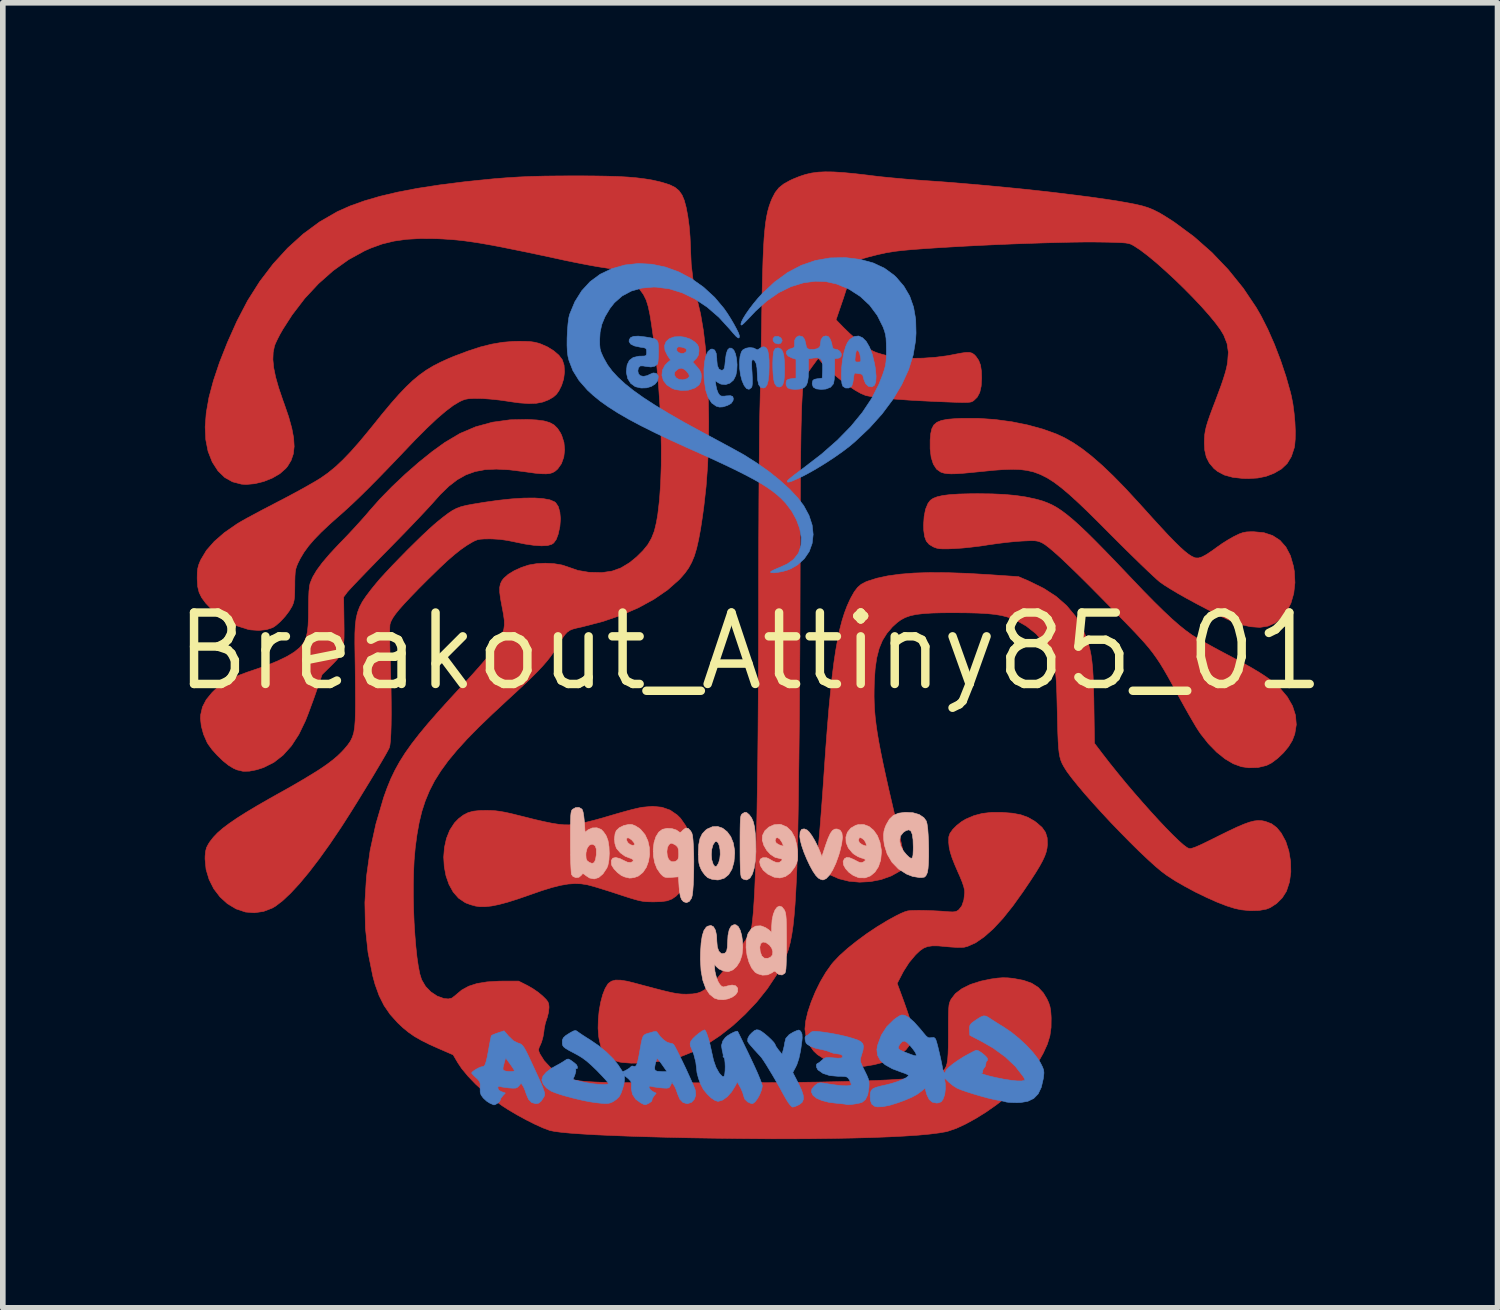
<source format=kicad_pcb>
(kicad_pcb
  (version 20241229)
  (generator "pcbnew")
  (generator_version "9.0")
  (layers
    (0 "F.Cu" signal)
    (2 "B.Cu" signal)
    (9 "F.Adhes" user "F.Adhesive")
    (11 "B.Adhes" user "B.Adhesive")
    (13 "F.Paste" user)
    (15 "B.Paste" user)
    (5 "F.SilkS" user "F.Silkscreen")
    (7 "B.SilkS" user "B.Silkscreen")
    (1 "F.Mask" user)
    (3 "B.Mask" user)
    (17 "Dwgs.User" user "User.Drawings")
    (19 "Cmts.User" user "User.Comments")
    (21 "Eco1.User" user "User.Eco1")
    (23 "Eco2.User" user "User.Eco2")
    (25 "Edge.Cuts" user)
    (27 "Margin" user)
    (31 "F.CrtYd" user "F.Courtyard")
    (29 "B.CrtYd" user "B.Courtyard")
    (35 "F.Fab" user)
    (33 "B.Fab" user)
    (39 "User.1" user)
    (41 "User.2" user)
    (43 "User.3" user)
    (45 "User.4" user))
  (footprint "Breakout_Attiny85_01"
    (layer "F.Cu")
    (at 10.288 8.531)
    (property "Reference" "Breakout_Attiny85_01" (at 0 0 0) (layer "F.SilkS") (effects (font (size 1.27 1.27) (thickness 0.15))))
    (attr through_hole)
    (fp_poly (pts (xy -1.569 2.772) (xy -1.423 2.823) (xy -1.297 2.91) (xy -1.239 2.967) (xy -1.144 3.103) (xy -1.077 3.263) (xy -1.037 3.439) (xy -1.025 3.623) (xy -1.041 3.808) (xy -1.084 3.986) (xy -1.155 4.148) (xy -1.242 4.274) (xy -1.315 4.35) (xy -1.389 4.402) (xy -1.474 4.435) (xy -1.58 4.45) (xy -1.714 4.454) (xy -1.79 4.453) (xy -1.854 4.45) (xy -1.914 4.443) (xy -1.977 4.431) (xy -2.051 4.411) (xy -2.145 4.383) (xy -2.266 4.344) (xy -2.36 4.313) (xy -2.495 4.269) (xy -2.623 4.229) (xy -2.736 4.194) (xy -2.828 4.168) (xy -2.889 4.152) (xy -2.896 4.15) (xy -3.006 4.133) (xy -3.118 4.129) (xy -3.237 4.137) (xy -3.37 4.16) (xy -3.522 4.198) (xy -3.7 4.253) (xy -3.91 4.326) (xy -3.915 4.328) (xy -4.132 4.403) (xy -4.316 4.461) (xy -4.47 4.502) (xy -4.602 4.528) (xy -4.714 4.54) (xy -4.813 4.539) (xy -4.887 4.528) (xy -4.966 4.506) (xy -5.051 4.475) (xy -5.071 4.465) (xy -5.186 4.387) (xy -5.281 4.278) (xy -5.355 4.144) (xy -5.408 3.992) (xy -5.439 3.828) (xy -5.449 3.658) (xy -5.436 3.489) (xy -5.4 3.327) (xy -5.341 3.179) (xy -5.257 3.05) (xy -5.183 2.974) (xy -5.098 2.91) (xy -5.014 2.867) (xy -4.92 2.842) (xy -4.805 2.83) (xy -4.688 2.828) (xy -4.603 2.83) (xy -4.526 2.835) (xy -4.45 2.845) (xy -4.364 2.86) (xy -4.261 2.882) (xy -4.132 2.914) (xy -4.027 2.94) (xy -3.828 2.99) (xy -3.662 3.028) (xy -3.526 3.056) (xy -3.411 3.074) (xy -3.312 3.084) (xy -3.223 3.085) (xy -3.138 3.08) (xy -3.078 3.072) (xy -3.001 3.058) (xy -2.894 3.033) (xy -2.767 3.001) (xy -2.629 2.963) (xy -2.494 2.923) (xy -2.357 2.883) (xy -2.222 2.845) (xy -2.099 2.812) (xy -1.998 2.788) (xy -1.927 2.773) (xy -1.736 2.755) (xy -1.569 2.772)) (stroke (width 0.01) (type solid)) (fill yes) (layer "F.Cu"))
    (fp_poly (pts (xy 4.055 -4.143) (xy 4.355 -4.122) (xy 4.652 -4.082) (xy 4.938 -4.024) (xy 5.205 -3.951) (xy 5.446 -3.864) (xy 5.588 -3.798) (xy 5.745 -3.708) (xy 5.907 -3.598) (xy 6.078 -3.464) (xy 6.261 -3.304) (xy 6.458 -3.116) (xy 6.671 -2.898) (xy 6.903 -2.646) (xy 6.969 -2.574) (xy 7.149 -2.374) (xy 7.304 -2.205) (xy 7.436 -2.063) (xy 7.549 -1.947) (xy 7.644 -1.854) (xy 7.724 -1.782) (xy 7.792 -1.728) (xy 7.849 -1.691) (xy 7.898 -1.668) (xy 7.921 -1.661) (xy 7.97 -1.66) (xy 8.033 -1.679) (xy 8.113 -1.722) (xy 8.216 -1.791) (xy 8.297 -1.85) (xy 8.392 -1.917) (xy 8.499 -1.984) (xy 8.597 -2.04) (xy 8.614 -2.048) (xy 8.696 -2.088) (xy 8.761 -2.111) (xy 8.824 -2.123) (xy 8.905 -2.127) (xy 8.952 -2.127) (xy 9.134 -2.11) (xy 9.289 -2.059) (xy 9.42 -1.974) (xy 9.525 -1.855) (xy 9.605 -1.703) (xy 9.659 -1.516) (xy 9.676 -1.417) (xy 9.686 -1.221) (xy 9.665 -1.032) (xy 9.615 -0.858) (xy 9.538 -0.706) (xy 9.453 -0.6) (xy 9.337 -0.507) (xy 9.208 -0.449) (xy 9.063 -0.426) (xy 8.897 -0.438) (xy 8.774 -0.465) (xy 8.704 -0.484) (xy 8.635 -0.507) (xy 8.562 -0.534) (xy 8.481 -0.57) (xy 8.385 -0.615) (xy 8.269 -0.673) (xy 8.128 -0.746) (xy 7.956 -0.836) (xy 7.908 -0.862) (xy 7.751 -0.947) (xy 7.604 -1.03) (xy 7.474 -1.108) (xy 7.367 -1.175) (xy 7.29 -1.229) (xy 7.283 -1.234) (xy 7.235 -1.275) (xy 7.161 -1.343) (xy 7.065 -1.433) (xy 6.95 -1.543) (xy 6.822 -1.668) (xy 6.683 -1.804) (xy 6.538 -1.948) (xy 6.424 -2.062) (xy 6.201 -2.286) (xy 6.004 -2.481) (xy 5.829 -2.648) (xy 5.672 -2.791) (xy 5.531 -2.91) (xy 5.401 -3.008) (xy 5.278 -3.086) (xy 5.16 -3.145) (xy 5.042 -3.189) (xy 4.922 -3.217) (xy 4.794 -3.233) (xy 4.657 -3.237) (xy 4.506 -3.232) (xy 4.337 -3.22) (xy 4.147 -3.201) (xy 4.096 -3.196) (xy 3.916 -3.178) (xy 3.773 -3.165) (xy 3.66 -3.158) (xy 3.573 -3.156) (xy 3.504 -3.16) (xy 3.449 -3.168) (xy 3.402 -3.182) (xy 3.389 -3.187) (xy 3.314 -3.24) (xy 3.257 -3.328) (xy 3.218 -3.45) (xy 3.2 -3.601) (xy 3.2 -3.757) (xy 3.21 -3.87) (xy 3.23 -3.958) (xy 3.265 -4.025) (xy 3.32 -4.072) (xy 3.399 -4.105) (xy 3.507 -4.126) (xy 3.65 -4.138) (xy 3.761 -4.143) (xy 4.055 -4.143)) (stroke (width 0.01) (type solid)) (fill yes) (layer "F.Cu"))
    (fp_poly (pts (xy 4.487 2.864) (xy 4.666 2.878) (xy 4.813 2.906) (xy 4.938 2.951) (xy 5.052 3.016) (xy 5.09 3.044) (xy 5.189 3.13) (xy 5.251 3.218) (xy 5.281 3.316) (xy 5.285 3.433) (xy 5.278 3.501) (xy 5.263 3.569) (xy 5.237 3.642) (xy 5.199 3.724) (xy 5.146 3.821) (xy 5.075 3.938) (xy 4.984 4.078) (xy 4.87 4.247) (xy 4.858 4.265) (xy 4.672 4.525) (xy 4.494 4.748) (xy 4.324 4.931) (xy 4.162 5.075) (xy 4.011 5.18) (xy 3.869 5.244) (xy 3.804 5.261) (xy 3.75 5.264) (xy 3.667 5.263) (xy 3.566 5.257) (xy 3.486 5.25) (xy 3.347 5.237) (xy 3.24 5.236) (xy 3.156 5.248) (xy 3.085 5.276) (xy 3.017 5.323) (xy 2.945 5.392) (xy 2.932 5.406) (xy 2.825 5.534) (xy 2.729 5.684) (xy 2.709 5.721) (xy 2.614 5.904) (xy 2.675 6.069) (xy 2.737 6.238) (xy 2.785 6.374) (xy 2.821 6.481) (xy 2.847 6.565) (xy 2.865 6.633) (xy 2.876 6.689) (xy 2.881 6.739) (xy 2.882 6.778) (xy 2.872 6.897) (xy 2.836 6.998) (xy 2.768 7.086) (xy 2.666 7.167) (xy 2.526 7.244) (xy 2.509 7.251) (xy 2.366 7.307) (xy 2.203 7.349) (xy 2.034 7.377) (xy 1.871 7.388) (xy 1.728 7.381) (xy 1.683 7.373) (xy 1.485 7.321) (xy 1.323 7.253) (xy 1.194 7.168) (xy 1.128 7.105) (xy 1.047 6.991) (xy 0.994 6.856) (xy 0.974 6.718) (xy 0.974 6.711) (xy 0.988 6.572) (xy 1.026 6.41) (xy 1.085 6.234) (xy 1.16 6.052) (xy 1.248 5.873) (xy 1.346 5.707) (xy 1.449 5.562) (xy 1.478 5.527) (xy 1.588 5.411) (xy 1.729 5.284) (xy 1.894 5.152) (xy 2.073 5.02) (xy 2.26 4.895) (xy 2.447 4.782) (xy 2.59 4.704) (xy 2.679 4.66) (xy 2.745 4.632) (xy 2.801 4.615) (xy 2.864 4.608) (xy 2.947 4.606) (xy 2.995 4.605) (xy 3.116 4.607) (xy 3.255 4.612) (xy 3.388 4.619) (xy 3.429 4.622) (xy 3.529 4.63) (xy 3.597 4.633) (xy 3.641 4.629) (xy 3.673 4.619) (xy 3.7 4.601) (xy 3.709 4.595) (xy 3.763 4.526) (xy 3.799 4.422) (xy 3.814 4.293) (xy 3.811 4.242) (xy 3.796 4.179) (xy 3.768 4.097) (xy 3.723 3.988) (xy 3.699 3.935) (xy 3.635 3.787) (xy 3.588 3.667) (xy 3.557 3.568) (xy 3.538 3.482) (xy 3.53 3.398) (xy 3.531 3.309) (xy 3.532 3.296) (xy 3.552 3.237) (xy 3.602 3.166) (xy 3.674 3.094) (xy 3.76 3.027) (xy 3.836 2.982) (xy 3.979 2.921) (xy 4.127 2.882) (xy 4.291 2.863) (xy 4.482 2.863) (xy 4.487 2.864)) (stroke (width 0.01) (type solid)) (fill yes) (layer "F.Cu"))
    (fp_poly (pts (xy 4.298 -2.8) (xy 4.519 -2.79) (xy 4.716 -2.772) (xy 4.895 -2.746) (xy 5.065 -2.71) (xy 5.113 -2.698) (xy 5.2 -2.673) (xy 5.283 -2.642) (xy 5.366 -2.605) (xy 5.451 -2.558) (xy 5.54 -2.499) (xy 5.637 -2.426) (xy 5.743 -2.338) (xy 5.862 -2.231) (xy 5.996 -2.104) (xy 6.147 -1.954) (xy 6.318 -1.78) (xy 6.512 -1.579) (xy 6.731 -1.349) (xy 6.784 -1.293) (xy 6.996 -1.071) (xy 7.184 -0.88) (xy 7.351 -0.716) (xy 7.498 -0.578) (xy 7.629 -0.463) (xy 7.747 -0.369) (xy 7.852 -0.293) (xy 7.895 -0.266) (xy 7.968 -0.223) (xy 8.069 -0.166) (xy 8.192 -0.098) (xy 8.327 -0.024) (xy 8.467 0.05) (xy 8.523 0.079) (xy 8.732 0.191) (xy 8.908 0.288) (xy 9.054 0.375) (xy 9.175 0.454) (xy 9.277 0.529) (xy 9.364 0.601) (xy 9.42 0.655) (xy 9.55 0.809) (xy 9.643 0.971) (xy 9.696 1.137) (xy 9.71 1.304) (xy 9.683 1.469) (xy 9.639 1.585) (xy 9.572 1.695) (xy 9.481 1.805) (xy 9.376 1.904) (xy 9.269 1.984) (xy 9.18 2.029) (xy 9.03 2.065) (xy 8.867 2.07) (xy 8.734 2.051) (xy 8.591 1.999) (xy 8.442 1.911) (xy 8.293 1.791) (xy 8.148 1.643) (xy 8.014 1.473) (xy 7.976 1.418) (xy 7.931 1.348) (xy 7.872 1.248) (xy 7.801 1.126) (xy 7.725 0.991) (xy 7.646 0.849) (xy 7.598 0.762) (xy 7.508 0.595) (xy 7.429 0.452) (xy 7.358 0.329) (xy 7.292 0.22) (xy 7.226 0.121) (xy 7.158 0.026) (xy 7.083 -0.069) (xy 6.997 -0.169) (xy 6.897 -0.278) (xy 6.779 -0.403) (xy 6.639 -0.547) (xy 6.474 -0.716) (xy 6.45 -0.741) (xy 6.212 -0.983) (xy 6.001 -1.196) (xy 5.816 -1.379) (xy 5.656 -1.534) (xy 5.52 -1.663) (xy 5.406 -1.765) (xy 5.314 -1.843) (xy 5.242 -1.898) (xy 5.189 -1.93) (xy 5.189 -1.93) (xy 5.147 -1.948) (xy 5.106 -1.96) (xy 5.056 -1.967) (xy 4.989 -1.968) (xy 4.894 -1.964) (xy 4.829 -1.961) (xy 4.705 -1.952) (xy 4.557 -1.937) (xy 4.402 -1.918) (xy 4.257 -1.897) (xy 4.233 -1.894) (xy 4.09 -1.872) (xy 3.933 -1.853) (xy 3.78 -1.837) (xy 3.647 -1.828) (xy 3.629 -1.827) (xy 3.512 -1.822) (xy 3.428 -1.822) (xy 3.367 -1.825) (xy 3.319 -1.834) (xy 3.276 -1.849) (xy 3.257 -1.857) (xy 3.183 -1.901) (xy 3.132 -1.96) (xy 3.101 -2.042) (xy 3.086 -2.153) (xy 3.083 -2.244) (xy 3.093 -2.397) (xy 3.119 -2.528) (xy 3.162 -2.631) (xy 3.204 -2.686) (xy 3.255 -2.721) (xy 3.328 -2.749) (xy 3.426 -2.771) (xy 3.554 -2.787) (xy 3.714 -2.797) (xy 3.91 -2.802) (xy 4.043 -2.803) (xy 4.298 -2.8)) (stroke (width 0.01) (type solid)) (fill yes) (layer "F.Cu"))
    (fp_poly (pts (xy -3.796 -4.114) (xy -3.666 -4.097) (xy -3.565 -4.068) (xy -3.487 -4.025) (xy -3.425 -3.964) (xy -3.373 -3.884) (xy -3.352 -3.842) (xy -3.311 -3.715) (xy -3.299 -3.583) (xy -3.314 -3.454) (xy -3.356 -3.337) (xy -3.422 -3.243) (xy -3.471 -3.201) (xy -3.514 -3.177) (xy -3.565 -3.162) (xy -3.629 -3.156) (xy -3.714 -3.158) (xy -3.825 -3.168) (xy -3.969 -3.188) (xy -4.025 -3.196) (xy -4.285 -3.228) (xy -4.512 -3.24) (xy -4.712 -3.231) (xy -4.891 -3.197) (xy -5.055 -3.138) (xy -5.209 -3.051) (xy -5.359 -2.935) (xy -5.51 -2.788) (xy -5.612 -2.674) (xy -5.671 -2.608) (xy -5.754 -2.518) (xy -5.859 -2.406) (xy -5.981 -2.278) (xy -6.114 -2.139) (xy -6.256 -1.993) (xy -6.401 -1.845) (xy -6.456 -1.789) (xy -6.595 -1.648) (xy -6.726 -1.513) (xy -6.846 -1.389) (xy -6.953 -1.278) (xy -7.042 -1.185) (xy -7.11 -1.112) (xy -7.153 -1.064) (xy -7.166 -1.049) (xy -7.228 -0.966) (xy -7.222 -0.546) (xy -7.22 -0.374) (xy -7.221 -0.238) (xy -7.228 -0.13) (xy -7.243 -0.044) (xy -7.267 0.027) (xy -7.302 0.09) (xy -7.35 0.152) (xy -7.414 0.219) (xy -7.449 0.254) (xy -7.611 0.413) (xy -7.724 0.741) (xy -7.769 0.868) (xy -7.816 0.995) (xy -7.859 1.112) (xy -7.896 1.206) (xy -7.908 1.236) (xy -8.025 1.478) (xy -8.157 1.681) (xy -8.305 1.846) (xy -8.469 1.974) (xy -8.652 2.066) (xy -8.774 2.105) (xy -8.907 2.131) (xy -9.019 2.132) (xy -9.125 2.107) (xy -9.186 2.08) (xy -9.275 2.026) (xy -9.375 1.946) (xy -9.475 1.849) (xy -9.566 1.748) (xy -9.637 1.651) (xy -9.657 1.617) (xy -9.719 1.475) (xy -9.759 1.327) (xy -9.774 1.188) (xy -9.77 1.127) (xy -9.738 0.988) (xy -9.671 0.859) (xy -9.567 0.732) (xy -9.521 0.687) (xy -9.433 0.612) (xy -9.338 0.546) (xy -9.228 0.486) (xy -9.097 0.428) (xy -8.936 0.368) (xy -8.812 0.326) (xy -8.591 0.249) (xy -8.397 0.169) (xy -8.234 0.09) (xy -8.106 0.012) (xy -8.015 -0.062) (xy -8.007 -0.07) (xy -7.956 -0.131) (xy -7.918 -0.194) (xy -7.89 -0.265) (xy -7.871 -0.353) (xy -7.86 -0.463) (xy -7.854 -0.603) (xy -7.853 -0.752) (xy -7.851 -0.93) (xy -7.845 -1.067) (xy -7.834 -1.165) (xy -7.824 -1.211) (xy -7.78 -1.318) (xy -7.708 -1.44) (xy -7.606 -1.578) (xy -7.472 -1.735) (xy -7.306 -1.913) (xy -7.282 -1.937) (xy -7.171 -2.052) (xy -7.054 -2.177) (xy -6.941 -2.301) (xy -6.84 -2.414) (xy -6.769 -2.498) (xy -6.582 -2.709) (xy -6.367 -2.929) (xy -6.134 -3.149) (xy -5.893 -3.36) (xy -5.654 -3.552) (xy -5.431 -3.713) (xy -5.162 -3.873) (xy -4.88 -3.993) (xy -4.583 -4.074) (xy -4.269 -4.117) (xy -3.962 -4.123) (xy -3.796 -4.114)) (stroke (width 0.01) (type solid)) (fill yes) (layer "F.Cu"))
    (fp_poly (pts (xy -3.996 -5.512) (xy -3.905 -5.507) (xy -3.832 -5.496) (xy -3.763 -5.479) (xy -3.725 -5.466) (xy -3.604 -5.413) (xy -3.493 -5.344) (xy -3.402 -5.266) (xy -3.342 -5.187) (xy -3.341 -5.186) (xy -3.309 -5.088) (xy -3.301 -4.969) (xy -3.316 -4.844) (xy -3.354 -4.725) (xy -3.357 -4.72) (xy -3.402 -4.63) (xy -3.447 -4.568) (xy -3.501 -4.521) (xy -3.578 -4.476) (xy -3.588 -4.471) (xy -3.686 -4.433) (xy -3.8 -4.411) (xy -3.936 -4.406) (xy -4.1 -4.417) (xy -4.297 -4.444) (xy -4.31 -4.447) (xy -4.457 -4.468) (xy -4.61 -4.484) (xy -4.75 -4.495) (xy -4.826 -4.497) (xy -4.93 -4.496) (xy -5.005 -4.492) (xy -5.062 -4.482) (xy -5.115 -4.464) (xy -5.166 -4.44) (xy -5.277 -4.374) (xy -5.411 -4.273) (xy -5.569 -4.138) (xy -5.748 -3.969) (xy -5.95 -3.767) (xy -6.052 -3.66) (xy -6.272 -3.429) (xy -6.467 -3.226) (xy -6.639 -3.049) (xy -6.793 -2.894) (xy -6.932 -2.757) (xy -7.058 -2.636) (xy -7.175 -2.528) (xy -7.286 -2.428) (xy -7.303 -2.414) (xy -7.482 -2.255) (xy -7.631 -2.114) (xy -7.753 -1.988) (xy -7.852 -1.873) (xy -7.932 -1.763) (xy -7.998 -1.653) (xy -8.039 -1.571) (xy -8.062 -1.517) (xy -8.078 -1.467) (xy -8.088 -1.412) (xy -8.093 -1.34) (xy -8.096 -1.242) (xy -8.096 -1.175) (xy -8.098 -1.057) (xy -8.101 -0.972) (xy -8.109 -0.909) (xy -8.121 -0.86) (xy -8.14 -0.813) (xy -8.147 -0.798) (xy -8.199 -0.712) (xy -8.27 -0.619) (xy -8.35 -0.532) (xy -8.43 -0.462) (xy -8.486 -0.424) (xy -8.6 -0.386) (xy -8.736 -0.372) (xy -8.883 -0.382) (xy -8.932 -0.392) (xy -9.134 -0.456) (xy -9.329 -0.556) (xy -9.507 -0.684) (xy -9.577 -0.749) (xy -9.68 -0.857) (xy -9.752 -0.954) (xy -9.798 -1.048) (xy -9.823 -1.15) (xy -9.831 -1.271) (xy -9.832 -1.302) (xy -9.83 -1.4) (xy -9.822 -1.473) (xy -9.806 -1.536) (xy -9.778 -1.606) (xy -9.764 -1.635) (xy -9.667 -1.796) (xy -9.528 -1.954) (xy -9.348 -2.111) (xy -9.127 -2.264) (xy -9.091 -2.286) (xy -9.033 -2.32) (xy -8.944 -2.37) (xy -8.83 -2.431) (xy -8.698 -2.502) (xy -8.554 -2.577) (xy -8.406 -2.654) (xy -8.399 -2.658) (xy -8.245 -2.738) (xy -8.092 -2.82) (xy -7.947 -2.899) (xy -7.817 -2.973) (xy -7.71 -3.035) (xy -7.637 -3.08) (xy -7.506 -3.172) (xy -7.375 -3.279) (xy -7.24 -3.406) (xy -7.097 -3.555) (xy -6.941 -3.732) (xy -6.769 -3.94) (xy -6.72 -4) (xy -6.544 -4.219) (xy -6.387 -4.407) (xy -6.246 -4.567) (xy -6.116 -4.703) (xy -5.995 -4.818) (xy -5.876 -4.916) (xy -5.757 -5.001) (xy -5.634 -5.075) (xy -5.501 -5.143) (xy -5.355 -5.209) (xy -5.271 -5.244) (xy -5.022 -5.338) (xy -4.8 -5.411) (xy -4.596 -5.462) (xy -4.403 -5.495) (xy -4.212 -5.511) (xy -4.117 -5.513) (xy -3.996 -5.512)) (stroke (width 0.01) (type solid)) (fill yes) (layer "F.Cu"))
    (fp_poly (pts (xy -3.682 -2.716) (xy -3.562 -2.694) (xy -3.479 -2.659) (xy -3.458 -2.643) (xy -3.412 -2.575) (xy -3.384 -2.476) (xy -3.373 -2.356) (xy -3.383 -2.225) (xy -3.385 -2.214) (xy -3.413 -2.084) (xy -3.448 -1.99) (xy -3.493 -1.928) (xy -3.529 -1.903) (xy -3.601 -1.882) (xy -3.708 -1.876) (xy -3.843 -1.885) (xy -4.002 -1.908) (xy -4.149 -1.938) (xy -4.309 -1.971) (xy -4.447 -1.991) (xy -4.58 -1.999) (xy -4.625 -2) (xy -4.726 -1.999) (xy -4.797 -1.994) (xy -4.85 -1.984) (xy -4.898 -1.965) (xy -4.942 -1.942) (xy -5.042 -1.882) (xy -5.145 -1.81) (xy -5.256 -1.722) (xy -5.381 -1.614) (xy -5.522 -1.482) (xy -5.685 -1.323) (xy -5.728 -1.281) (xy -5.896 -1.113) (xy -6.035 -0.969) (xy -6.148 -0.849) (xy -6.237 -0.749) (xy -6.305 -0.665) (xy -6.353 -0.596) (xy -6.384 -0.538) (xy -6.402 -0.488) (xy -6.405 -0.472) (xy -6.408 -0.423) (xy -6.409 -0.34) (xy -6.409 -0.229) (xy -6.407 -0.098) (xy -6.403 0.046) (xy -6.4 0.135) (xy -6.392 0.409) (xy -6.385 0.666) (xy -6.382 0.902) (xy -6.381 1.115) (xy -6.383 1.301) (xy -6.388 1.458) (xy -6.395 1.581) (xy -6.405 1.668) (xy -6.416 1.714) (xy -6.442 1.765) (xy -6.487 1.846) (xy -6.549 1.953) (xy -6.624 2.079) (xy -6.708 2.221) (xy -6.8 2.372) (xy -6.895 2.527) (xy -6.99 2.682) (xy -7.083 2.831) (xy -7.17 2.968) (xy -7.248 3.09) (xy -7.276 3.133) (xy -7.475 3.428) (xy -7.666 3.694) (xy -7.846 3.929) (xy -8.015 4.132) (xy -8.171 4.3) (xy -8.313 4.434) (xy -8.44 4.531) (xy -8.498 4.565) (xy -8.652 4.624) (xy -8.816 4.648) (xy -8.974 4.635) (xy -9.141 4.579) (xy -9.293 4.488) (xy -9.426 4.367) (xy -9.537 4.222) (xy -9.62 4.057) (xy -9.674 3.878) (xy -9.692 3.691) (xy -9.691 3.639) (xy -9.682 3.552) (xy -9.665 3.487) (xy -9.631 3.423) (xy -9.602 3.379) (xy -9.544 3.305) (xy -9.471 3.228) (xy -9.379 3.148) (xy -9.265 3.062) (xy -9.127 2.967) (xy -8.961 2.862) (xy -8.764 2.744) (xy -8.534 2.612) (xy -8.402 2.538) (xy -8.166 2.406) (xy -7.965 2.289) (xy -7.794 2.186) (xy -7.649 2.095) (xy -7.528 2.012) (xy -7.426 1.935) (xy -7.339 1.862) (xy -7.264 1.789) (xy -7.218 1.74) (xy -7.156 1.666) (xy -7.108 1.598) (xy -7.073 1.526) (xy -7.048 1.446) (xy -7.032 1.348) (xy -7.023 1.227) (xy -7.019 1.074) (xy -7.018 0.974) (xy -7.018 0.821) (xy -7.019 0.641) (xy -7.021 0.447) (xy -7.023 0.254) (xy -7.026 0.078) (xy -7.026 0.064) (xy -7.029 -0.146) (xy -7.028 -0.319) (xy -7.021 -0.463) (xy -7.006 -0.585) (xy -6.981 -0.692) (xy -6.944 -0.79) (xy -6.894 -0.885) (xy -6.827 -0.984) (xy -6.743 -1.095) (xy -6.657 -1.201) (xy -6.581 -1.291) (xy -6.48 -1.401) (xy -6.363 -1.526) (xy -6.233 -1.66) (xy -6.099 -1.797) (xy -5.964 -1.93) (xy -5.836 -2.055) (xy -5.72 -2.164) (xy -5.622 -2.252) (xy -5.567 -2.299) (xy -5.458 -2.387) (xy -5.369 -2.454) (xy -5.293 -2.505) (xy -5.219 -2.543) (xy -5.141 -2.572) (xy -5.048 -2.595) (xy -4.932 -2.617) (xy -4.785 -2.641) (xy -4.752 -2.647) (xy -4.483 -2.685) (xy -4.24 -2.711) (xy -4.023 -2.725) (xy -3.836 -2.727) (xy -3.682 -2.716)) (stroke (width 0.01) (type solid)) (fill yes) (layer "F.Cu"))
    (fp_poly (pts (xy 3.504 -1.399) (xy 3.854 -1.387) (xy 4.242 -1.364) (xy 4.244 -1.364) (xy 4.773 -1.328) (xy 4.959 -1.248) (xy 5.219 -1.12) (xy 5.441 -0.976) (xy 5.628 -0.812) (xy 5.782 -0.627) (xy 5.904 -0.419) (xy 5.987 -0.217) (xy 6.017 -0.124) (xy 6.041 -0.032) (xy 6.061 0.066) (xy 6.076 0.175) (xy 6.089 0.3) (xy 6.098 0.448) (xy 6.104 0.623) (xy 6.11 0.832) (xy 6.112 0.961) (xy 6.122 1.635) (xy 6.261 1.818) (xy 6.392 1.987) (xy 6.532 2.161) (xy 6.677 2.338) (xy 6.826 2.513) (xy 6.975 2.684) (xy 7.121 2.848) (xy 7.26 3) (xy 7.391 3.139) (xy 7.51 3.26) (xy 7.614 3.361) (xy 7.7 3.438) (xy 7.765 3.487) (xy 7.802 3.505) (xy 7.827 3.507) (xy 7.864 3.498) (xy 7.918 3.479) (xy 7.993 3.447) (xy 8.094 3.399) (xy 8.224 3.335) (xy 8.326 3.284) (xy 8.507 3.195) (xy 8.655 3.125) (xy 8.777 3.073) (xy 8.877 3.037) (xy 8.96 3.016) (xy 9.032 3.008) (xy 9.097 3.011) (xy 9.158 3.023) (xy 9.271 3.066) (xy 9.362 3.134) (xy 9.442 3.231) (xy 9.523 3.38) (xy 9.578 3.552) (xy 9.609 3.737) (xy 9.613 3.923) (xy 9.589 4.101) (xy 9.537 4.259) (xy 9.534 4.267) (xy 9.46 4.383) (xy 9.36 4.483) (xy 9.246 4.557) (xy 9.179 4.583) (xy 9.047 4.607) (xy 8.893 4.611) (xy 8.731 4.595) (xy 8.618 4.571) (xy 8.471 4.525) (xy 8.299 4.458) (xy 8.113 4.375) (xy 7.921 4.282) (xy 7.734 4.182) (xy 7.56 4.082) (xy 7.409 3.984) (xy 7.317 3.916) (xy 7.198 3.816) (xy 7.062 3.692) (xy 6.911 3.549) (xy 6.75 3.39) (xy 6.584 3.221) (xy 6.416 3.047) (xy 6.252 2.871) (xy 6.096 2.699) (xy 5.951 2.535) (xy 5.823 2.383) (xy 5.715 2.249) (xy 5.632 2.137) (xy 5.605 2.095) (xy 5.572 2.041) (xy 5.545 1.99) (xy 5.523 1.936) (xy 5.506 1.875) (xy 5.493 1.802) (xy 5.483 1.711) (xy 5.476 1.597) (xy 5.47 1.456) (xy 5.465 1.281) (xy 5.461 1.101) (xy 5.456 0.905) (xy 5.452 0.747) (xy 5.447 0.62) (xy 5.442 0.52) (xy 5.436 0.44) (xy 5.428 0.375) (xy 5.419 0.32) (xy 5.407 0.269) (xy 5.402 0.251) (xy 5.325 0.033) (xy 5.218 -0.154) (xy 5.081 -0.314) (xy 4.91 -0.449) (xy 4.753 -0.539) (xy 4.662 -0.579) (xy 4.569 -0.612) (xy 4.467 -0.638) (xy 4.351 -0.657) (xy 4.215 -0.671) (xy 4.053 -0.68) (xy 3.86 -0.685) (xy 3.641 -0.687) (xy 3.418 -0.686) (xy 3.232 -0.681) (xy 3.078 -0.671) (xy 2.951 -0.656) (xy 2.846 -0.633) (xy 2.758 -0.602) (xy 2.681 -0.561) (xy 2.61 -0.509) (xy 2.541 -0.446) (xy 2.529 -0.435) (xy 2.431 -0.32) (xy 2.352 -0.194) (xy 2.293 -0.051) (xy 2.25 0.116) (xy 2.222 0.311) (xy 2.207 0.541) (xy 2.207 0.553) (xy 2.204 0.68) (xy 2.203 0.803) (xy 2.206 0.922) (xy 2.212 1.043) (xy 2.223 1.169) (xy 2.239 1.303) (xy 2.26 1.449) (xy 2.287 1.609) (xy 2.321 1.788) (xy 2.362 1.989) (xy 2.411 2.215) (xy 2.468 2.47) (xy 2.535 2.758) (xy 2.61 3.081) (xy 2.655 3.27) (xy 2.683 3.393) (xy 2.708 3.512) (xy 2.728 3.617) (xy 2.741 3.696) (xy 2.743 3.715) (xy 2.757 3.843) (xy 2.675 3.899) (xy 2.51 3.992) (xy 2.329 4.057) (xy 2.138 4.094) (xy 1.945 4.104) (xy 1.756 4.087) (xy 1.578 4.043) (xy 1.419 3.973) (xy 1.284 3.876) (xy 1.259 3.852) (xy 1.18 3.771) (xy 1.214 3.447) (xy 1.223 3.355) (xy 1.234 3.228) (xy 1.247 3.071) (xy 1.261 2.891) (xy 1.276 2.694) (xy 1.291 2.487) (xy 1.306 2.275) (xy 1.313 2.17) (xy 1.342 1.75) (xy 1.371 1.37) (xy 1.399 1.027) (xy 1.429 0.719) (xy 1.458 0.443) (xy 1.489 0.196) (xy 1.522 -0.023) (xy 1.557 -0.218) (xy 1.593 -0.391) (xy 1.633 -0.545) (xy 1.676 -0.682) (xy 1.722 -0.804) (xy 1.772 -0.915) (xy 1.791 -0.953) (xy 1.852 -1.061) (xy 1.911 -1.138) (xy 1.975 -1.193) (xy 2.055 -1.235) (xy 2.088 -1.248) (xy 2.255 -1.301) (xy 2.446 -1.342) (xy 2.664 -1.372) (xy 2.912 -1.392) (xy 3.191 -1.401) (xy 3.504 -1.399)) (stroke (width 0.01) (type solid)) (fill yes) (layer "F.Cu"))
    (fp_poly (pts (xy 1.483 -8.524) (xy 1.654 -8.513) (xy 1.855 -8.494) (xy 2.09 -8.467) (xy 2.159 -8.458) (xy 2.31 -8.44) (xy 2.489 -8.422) (xy 2.682 -8.404) (xy 2.875 -8.387) (xy 3.054 -8.374) (xy 3.08 -8.372) (xy 3.408 -8.349) (xy 3.747 -8.322) (xy 4.093 -8.292) (xy 4.44 -8.26) (xy 4.785 -8.226) (xy 5.123 -8.19) (xy 5.448 -8.153) (xy 5.757 -8.115) (xy 6.046 -8.078) (xy 6.309 -8.041) (xy 6.542 -8.005) (xy 6.74 -7.97) (xy 6.854 -7.948) (xy 6.969 -7.921) (xy 7.071 -7.89) (xy 7.169 -7.85) (xy 7.271 -7.799) (xy 7.386 -7.73) (xy 7.525 -7.641) (xy 7.558 -7.618) (xy 7.892 -7.371) (xy 8.209 -7.092) (xy 8.501 -6.786) (xy 8.766 -6.458) (xy 8.996 -6.116) (xy 9.082 -5.967) (xy 9.203 -5.728) (xy 9.321 -5.46) (xy 9.43 -5.176) (xy 9.526 -4.889) (xy 9.604 -4.613) (xy 9.622 -4.54) (xy 9.65 -4.396) (xy 9.671 -4.236) (xy 9.686 -4.073) (xy 9.693 -3.915) (xy 9.691 -3.773) (xy 9.681 -3.658) (xy 9.673 -3.617) (xy 9.622 -3.463) (xy 9.548 -3.34) (xy 9.446 -3.243) (xy 9.313 -3.166) (xy 9.172 -3.112) (xy 9.025 -3.082) (xy 8.861 -3.072) (xy 8.764 -3.074) (xy 8.581 -3.094) (xy 8.431 -3.135) (xy 8.309 -3.2) (xy 8.244 -3.253) (xy 8.163 -3.349) (xy 8.11 -3.454) (xy 8.082 -3.578) (xy 8.075 -3.704) (xy 8.077 -3.783) (xy 8.082 -3.854) (xy 8.093 -3.924) (xy 8.111 -4.002) (xy 8.139 -4.093) (xy 8.178 -4.206) (xy 8.231 -4.348) (xy 8.259 -4.42) (xy 8.323 -4.591) (xy 8.374 -4.729) (xy 8.412 -4.841) (xy 8.441 -4.933) (xy 8.463 -5.012) (xy 8.479 -5.084) (xy 8.49 -5.151) (xy 8.502 -5.32) (xy 8.479 -5.474) (xy 8.42 -5.623) (xy 8.36 -5.723) (xy 8.271 -5.843) (xy 8.157 -5.981) (xy 8.022 -6.133) (xy 7.871 -6.293) (xy 7.71 -6.456) (xy 7.544 -6.617) (xy 7.378 -6.77) (xy 7.218 -6.912) (xy 7.068 -7.036) (xy 6.935 -7.137) (xy 6.825 -7.209) (xy 6.791 -7.228) (xy 6.759 -7.243) (xy 6.722 -7.253) (xy 6.674 -7.261) (xy 6.608 -7.266) (xy 6.518 -7.27) (xy 6.396 -7.274) (xy 6.29 -7.276) (xy 6.128 -7.278) (xy 5.935 -7.278) (xy 5.714 -7.275) (xy 5.47 -7.269) (xy 5.209 -7.262) (xy 4.936 -7.253) (xy 4.655 -7.243) (xy 4.371 -7.231) (xy 4.09 -7.218) (xy 3.815 -7.204) (xy 3.552 -7.189) (xy 3.306 -7.174) (xy 3.082 -7.159) (xy 2.884 -7.144) (xy 2.717 -7.129) (xy 2.587 -7.114) (xy 2.561 -7.11) (xy 2.418 -7.087) (xy 2.268 -7.054) (xy 2.1 -7.011) (xy 1.999 -6.982) (xy 1.851 -6.939) (xy 1.801 -6.745) (xy 1.776 -6.654) (xy 1.741 -6.537) (xy 1.699 -6.405) (xy 1.656 -6.272) (xy 1.639 -6.223) (xy 1.527 -5.895) (xy 1.658 -5.76) (xy 1.767 -5.654) (xy 1.884 -5.551) (xy 1.999 -5.459) (xy 2.104 -5.384) (xy 2.188 -5.336) (xy 2.252 -5.31) (xy 2.343 -5.282) (xy 2.445 -5.256) (xy 2.492 -5.246) (xy 2.661 -5.221) (xy 2.859 -5.21) (xy 3.075 -5.213) (xy 3.297 -5.229) (xy 3.514 -5.257) (xy 3.627 -5.279) (xy 3.748 -5.302) (xy 3.836 -5.315) (xy 3.899 -5.315) (xy 3.946 -5.302) (xy 3.984 -5.276) (xy 4.013 -5.246) (xy 4.063 -5.174) (xy 4.096 -5.088) (xy 4.112 -4.978) (xy 4.116 -4.858) (xy 4.107 -4.714) (xy 4.082 -4.603) (xy 4.037 -4.519) (xy 3.975 -4.459) (xy 3.957 -4.447) (xy 3.937 -4.437) (xy 3.911 -4.431) (xy 3.872 -4.427) (xy 3.817 -4.425) (xy 3.74 -4.426) (xy 3.637 -4.429) (xy 3.501 -4.434) (xy 3.329 -4.441) (xy 3.307 -4.442) (xy 3.057 -4.454) (xy 2.824 -4.467) (xy 2.613 -4.482) (xy 2.427 -4.497) (xy 2.271 -4.514) (xy 2.148 -4.531) (xy 2.063 -4.547) (xy 2.052 -4.55) (xy 1.97 -4.584) (xy 1.866 -4.643) (xy 1.749 -4.721) (xy 1.626 -4.812) (xy 1.504 -4.911) (xy 1.393 -5.011) (xy 1.299 -5.107) (xy 1.28 -5.128) (xy 1.21 -5.211) (xy 1.103 -5.066) (xy 1.049 -4.99) (xy 1.001 -4.917) (xy 0.968 -4.862) (xy 0.963 -4.853) (xy 0.952 -4.816) (xy 0.942 -4.751) (xy 0.933 -4.657) (xy 0.925 -4.534) (xy 0.917 -4.379) (xy 0.911 -4.192) (xy 0.905 -3.972) (xy 0.901 -3.716) (xy 0.897 -3.425) (xy 0.894 -3.097) (xy 0.892 -2.731) (xy 0.89 -2.325) (xy 0.889 -1.879) (xy 0.889 -1.672) (xy 0.888 -1.277) (xy 0.887 -0.874) (xy 0.886 -0.466) (xy 0.884 -0.057) (xy 0.881 0.35) (xy 0.878 0.752) (xy 0.875 1.146) (xy 0.871 1.53) (xy 0.867 1.899) (xy 0.862 2.251) (xy 0.858 2.582) (xy 0.853 2.891) (xy 0.848 3.172) (xy 0.843 3.424) (xy 0.837 3.643) (xy 0.832 3.826) (xy 0.826 3.97) (xy 0.826 3.979) (xy 0.812 4.258) (xy 0.798 4.499) (xy 0.781 4.706) (xy 0.762 4.886) (xy 0.739 5.042) (xy 0.712 5.18) (xy 0.679 5.303) (xy 0.639 5.417) (xy 0.591 5.527) (xy 0.535 5.636) (xy 0.47 5.75) (xy 0.463 5.762) (xy 0.303 6.002) (xy 0.118 6.233) (xy -0.088 6.451) (xy -0.307 6.653) (xy -0.537 6.833) (xy -0.771 6.988) (xy -1.005 7.113) (xy -1.232 7.205) (xy -1.344 7.237) (xy -1.537 7.277) (xy -1.736 7.305) (xy -1.932 7.32) (xy -2.114 7.322) (xy -2.271 7.31) (xy -2.321 7.302) (xy -2.443 7.267) (xy -2.537 7.214) (xy -2.605 7.138) (xy -2.654 7.033) (xy -2.686 6.893) (xy -2.693 6.846) (xy -2.704 6.702) (xy -2.7 6.547) (xy -2.685 6.391) (xy -2.658 6.24) (xy -2.622 6.105) (xy -2.578 5.993) (xy -2.529 5.913) (xy -2.519 5.902) (xy -2.465 5.864) (xy -2.396 5.845) (xy -2.305 5.846) (xy -2.187 5.865) (xy -2.074 5.893) (xy -1.876 5.946) (xy -1.714 5.989) (xy -1.583 6.023) (xy -1.478 6.049) (xy -1.393 6.068) (xy -1.325 6.081) (xy -1.268 6.089) (xy -1.216 6.094) (xy -1.166 6.095) (xy -1.137 6.096) (xy -1.02 6.091) (xy -0.932 6.075) (xy -0.871 6.053) (xy -0.787 6.003) (xy -0.693 5.924) (xy -0.586 5.813) (xy -0.466 5.67) (xy -0.331 5.492) (xy -0.18 5.278) (xy -0.131 5.207) (xy -0.069 5.114) (xy -0.026 5.046) (xy 0.002 4.991) (xy 0.019 4.938) (xy 0.03 4.879) (xy 0.04 4.8) (xy 0.041 4.794) (xy 0.056 4.641) (xy 0.069 4.448) (xy 0.082 4.213) (xy 0.093 3.937) (xy 0.103 3.621) (xy 0.113 3.263) (xy 0.121 2.864) (xy 0.128 2.423) (xy 0.135 1.941) (xy 0.14 1.417) (xy 0.144 0.851) (xy 0.147 0.243) (xy 0.149 -0.407) (xy 0.15 -0.984) (xy 0.15 -1.32) (xy 0.151 -1.658) (xy 0.152 -1.994) (xy 0.154 -2.323) (xy 0.155 -2.642) (xy 0.157 -2.946) (xy 0.159 -3.232) (xy 0.162 -3.495) (xy 0.164 -3.732) (xy 0.166 -3.938) (xy 0.169 -4.11) (xy 0.171 -4.233) (xy 0.176 -4.433) (xy 0.181 -4.665) (xy 0.186 -4.922) (xy 0.191 -5.194) (xy 0.197 -5.472) (xy 0.202 -5.748) (xy 0.206 -6.012) (xy 0.209 -6.181) (xy 0.215 -6.485) (xy 0.222 -6.751) (xy 0.229 -6.982) (xy 0.238 -7.181) (xy 0.248 -7.352) (xy 0.261 -7.498) (xy 0.275 -7.624) (xy 0.293 -7.733) (xy 0.313 -7.828) (xy 0.337 -7.913) (xy 0.365 -7.992) (xy 0.391 -8.055) (xy 0.446 -8.16) (xy 0.511 -8.242) (xy 0.596 -8.31) (xy 0.709 -8.373) (xy 0.768 -8.4) (xy 0.877 -8.444) (xy 0.983 -8.479) (xy 1.091 -8.504) (xy 1.207 -8.52) (xy 1.336 -8.526) (xy 1.483 -8.524)) (stroke (width 0.01) (type solid)) (fill yes) (layer "F.Cu"))
    (fp_poly (pts (xy -3.09 -8.454) (xy -2.811 -8.453) (xy -2.568 -8.449) (xy -2.358 -8.443) (xy -2.176 -8.433) (xy -2.016 -8.419) (xy -1.874 -8.401) (xy -1.744 -8.38) (xy -1.623 -8.353) (xy -1.561 -8.337) (xy -1.432 -8.296) (xy -1.336 -8.249) (xy -1.266 -8.191) (xy -1.213 -8.116) (xy -1.21 -8.111) (xy -1.172 -8.02) (xy -1.138 -7.893) (xy -1.109 -7.738) (xy -1.085 -7.562) (xy -1.069 -7.372) (xy -1.06 -7.174) (xy -1.059 -7.123) (xy -1.048 -6.88) (xy -1.018 -6.627) (xy -0.974 -6.385) (xy -0.944 -6.263) (xy -0.882 -6) (xy -0.832 -5.705) (xy -0.793 -5.377) (xy -0.764 -5.012) (xy -0.746 -4.609) (xy -0.744 -4.53) (xy -0.737 -4.089) (xy -0.741 -3.681) (xy -0.757 -3.297) (xy -0.784 -2.931) (xy -0.824 -2.573) (xy -0.848 -2.398) (xy -0.882 -2.173) (xy -0.917 -1.985) (xy -0.953 -1.827) (xy -0.993 -1.695) (xy -1.04 -1.582) (xy -1.094 -1.483) (xy -1.159 -1.392) (xy -1.236 -1.303) (xy -1.27 -1.268) (xy -1.471 -1.091) (xy -1.71 -0.927) (xy -1.982 -0.778) (xy -2.284 -0.646) (xy -2.614 -0.533) (xy -2.966 -0.441) (xy -2.985 -0.436) (xy -3.081 -0.415) (xy -3.153 -0.396) (xy -3.209 -0.373) (xy -3.254 -0.34) (xy -3.297 -0.293) (xy -3.345 -0.225) (xy -3.404 -0.129) (xy -3.441 -0.068) (xy -3.493 0.013) (xy -3.548 0.091) (xy -3.61 0.17) (xy -3.682 0.253) (xy -3.767 0.344) (xy -3.87 0.448) (xy -3.994 0.567) (xy -4.143 0.707) (xy -4.318 0.868) (xy -4.588 1.119) (xy -4.826 1.348) (xy -5.034 1.56) (xy -5.214 1.758) (xy -5.369 1.945) (xy -5.5 2.125) (xy -5.611 2.301) (xy -5.702 2.478) (xy -5.777 2.659) (xy -5.838 2.847) (xy -5.886 3.046) (xy -5.924 3.259) (xy -5.955 3.49) (xy -5.959 3.535) (xy -5.975 3.717) (xy -5.984 3.921) (xy -5.989 4.138) (xy -5.989 4.365) (xy -5.984 4.595) (xy -5.975 4.824) (xy -5.961 5.044) (xy -5.944 5.25) (xy -5.924 5.438) (xy -5.9 5.601) (xy -5.874 5.734) (xy -5.844 5.831) (xy -5.84 5.841) (xy -5.772 5.957) (xy -5.677 6.055) (xy -5.566 6.129) (xy -5.447 6.172) (xy -5.368 6.18) (xy -5.304 6.165) (xy -5.24 6.116) (xy -5.234 6.11) (xy -5.129 6.022) (xy -5.005 5.954) (xy -4.857 5.906) (xy -4.679 5.877) (xy -4.468 5.864) (xy -4.403 5.863) (xy -4.117 5.863) (xy -3.959 5.942) (xy -3.865 5.996) (xy -3.769 6.062) (xy -3.691 6.127) (xy -3.689 6.129) (xy -3.63 6.187) (xy -3.597 6.23) (xy -3.582 6.269) (xy -3.577 6.319) (xy -3.577 6.337) (xy -3.586 6.421) (xy -3.608 6.51) (xy -3.618 6.537) (xy -3.643 6.616) (xy -3.662 6.711) (xy -3.668 6.763) (xy -3.683 6.853) (xy -3.708 6.944) (xy -3.726 6.987) (xy -3.753 7.046) (xy -3.762 7.085) (xy -3.754 7.122) (xy -3.735 7.163) (xy -3.662 7.279) (xy -3.558 7.391) (xy -3.435 7.488) (xy -3.336 7.546) (xy -3.293 7.566) (xy -3.251 7.584) (xy -3.208 7.599) (xy -3.161 7.613) (xy -3.107 7.625) (xy -3.043 7.635) (xy -2.967 7.644) (xy -2.877 7.651) (xy -2.769 7.657) (xy -2.642 7.662) (xy -2.492 7.665) (xy -2.317 7.668) (xy -2.114 7.67) (xy -1.88 7.671) (xy -1.614 7.672) (xy -1.312 7.672) (xy -0.971 7.672) (xy -0.762 7.672) (xy -0.217 7.671) (xy 0.287 7.669) (xy 0.751 7.665) (xy 1.174 7.659) (xy 1.557 7.651) (xy 1.903 7.642) (xy 2.21 7.631) (xy 2.481 7.619) (xy 2.715 7.604) (xy 2.914 7.588) (xy 3.079 7.569) (xy 3.209 7.549) (xy 3.306 7.527) (xy 3.37 7.503) (xy 3.387 7.493) (xy 3.427 7.461) (xy 3.459 7.427) (xy 3.483 7.384) (xy 3.5 7.328) (xy 3.512 7.253) (xy 3.519 7.155) (xy 3.523 7.026) (xy 3.524 6.863) (xy 3.524 6.784) (xy 3.524 6.624) (xy 3.525 6.5) (xy 3.527 6.406) (xy 3.531 6.338) (xy 3.536 6.287) (xy 3.545 6.25) (xy 3.556 6.219) (xy 3.571 6.189) (xy 3.572 6.186) (xy 3.649 6.085) (xy 3.764 5.998) (xy 3.915 5.923) (xy 4.099 5.864) (xy 4.281 5.826) (xy 4.396 5.81) (xy 4.489 5.803) (xy 4.579 5.805) (xy 4.679 5.815) (xy 4.859 5.849) (xy 5.004 5.9) (xy 5.121 5.974) (xy 5.212 6.072) (xy 5.275 6.176) (xy 5.309 6.25) (xy 5.33 6.315) (xy 5.343 6.386) (xy 5.35 6.479) (xy 5.352 6.519) (xy 5.35 6.688) (xy 5.329 6.838) (xy 5.284 6.984) (xy 5.212 7.142) (xy 5.197 7.169) (xy 5.12 7.305) (xy 5.037 7.427) (xy 4.941 7.547) (xy 4.825 7.672) (xy 4.698 7.797) (xy 4.543 7.934) (xy 4.372 8.067) (xy 4.192 8.193) (xy 4.01 8.306) (xy 3.833 8.403) (xy 3.668 8.48) (xy 3.523 8.53) (xy 3.487 8.54) (xy 3.36 8.562) (xy 3.194 8.583) (xy 2.989 8.602) (xy 2.749 8.618) (xy 2.475 8.632) (xy 2.169 8.644) (xy 1.835 8.653) (xy 1.473 8.66) (xy 1.086 8.665) (xy 0.676 8.667) (xy 0.246 8.666) (xy -0.203 8.662) (xy -0.656 8.656) (xy -1.081 8.649) (xy -1.478 8.64) (xy -1.845 8.63) (xy -2.181 8.619) (xy -2.486 8.607) (xy -2.756 8.595) (xy -2.992 8.581) (xy -3.191 8.567) (xy -3.352 8.552) (xy -3.474 8.536) (xy -3.556 8.52) (xy -3.567 8.517) (xy -3.684 8.473) (xy -3.826 8.409) (xy -3.983 8.33) (xy -4.146 8.241) (xy -4.305 8.147) (xy -4.403 8.084) (xy -4.567 7.966) (xy -4.729 7.834) (xy -4.882 7.694) (xy -5.017 7.553) (xy -5.128 7.419) (xy -5.196 7.318) (xy -5.281 7.174) (xy -5.523 7.069) (xy -5.702 6.989) (xy -5.848 6.916) (xy -5.97 6.846) (xy -6.076 6.772) (xy -6.175 6.691) (xy -6.268 6.603) (xy -6.401 6.455) (xy -6.509 6.298) (xy -6.597 6.122) (xy -6.67 5.919) (xy -6.709 5.776) (xy -6.794 5.354) (xy -6.841 4.917) (xy -6.85 4.466) (xy -6.822 4.006) (xy -6.757 3.539) (xy -6.654 3.068) (xy -6.516 2.597) (xy -6.455 2.428) (xy -6.39 2.268) (xy -6.316 2.114) (xy -6.232 1.962) (xy -6.134 1.807) (xy -6.019 1.645) (xy -5.885 1.472) (xy -5.73 1.285) (xy -5.549 1.078) (xy -5.341 0.848) (xy -5.269 0.77) (xy -5.1 0.587) (xy -4.957 0.431) (xy -4.838 0.298) (xy -4.74 0.185) (xy -4.66 0.089) (xy -4.595 0.005) (xy -4.542 -0.069) (xy -4.498 -0.137) (xy -4.461 -0.203) (xy -4.443 -0.236) (xy -4.405 -0.319) (xy -4.38 -0.394) (xy -4.37 -0.469) (xy -4.372 -0.555) (xy -4.387 -0.663) (xy -4.412 -0.795) (xy -4.439 -0.939) (xy -4.453 -1.049) (xy -4.454 -1.135) (xy -4.44 -1.202) (xy -4.412 -1.259) (xy -4.38 -1.3) (xy -4.303 -1.368) (xy -4.195 -1.434) (xy -4.069 -1.491) (xy -3.937 -1.535) (xy -3.937 -1.535) (xy -3.797 -1.559) (xy -3.643 -1.567) (xy -3.487 -1.559) (xy -3.345 -1.535) (xy -3.23 -1.497) (xy -3.063 -1.439) (xy -2.869 -1.406) (xy -2.658 -1.401) (xy -2.623 -1.402) (xy -2.454 -1.427) (xy -2.297 -1.484) (xy -2.145 -1.576) (xy -2.018 -1.68) (xy -1.906 -1.791) (xy -1.819 -1.898) (xy -1.754 -2.011) (xy -1.704 -2.138) (xy -1.667 -2.291) (xy -1.642 -2.437) (xy -1.612 -2.693) (xy -1.592 -2.983) (xy -1.581 -3.303) (xy -1.58 -3.645) (xy -1.588 -4.003) (xy -1.605 -4.372) (xy -1.63 -4.744) (xy -1.664 -5.114) (xy -1.706 -5.476) (xy -1.756 -5.824) (xy -1.781 -5.98) (xy -1.812 -6.128) (xy -1.848 -6.245) (xy -1.897 -6.344) (xy -1.964 -6.436) (xy -2.055 -6.532) (xy -2.087 -6.563) (xy -2.18 -6.648) (xy -2.253 -6.709) (xy -2.318 -6.751) (xy -2.385 -6.78) (xy -2.466 -6.8) (xy -2.571 -6.818) (xy -2.614 -6.824) (xy -2.708 -6.839) (xy -2.833 -6.861) (xy -2.981 -6.889) (xy -3.143 -6.921) (xy -3.308 -6.955) (xy -3.408 -6.977) (xy -3.72 -7.044) (xy -3.994 -7.102) (xy -4.236 -7.151) (xy -4.448 -7.194) (xy -4.636 -7.229) (xy -4.802 -7.258) (xy -4.952 -7.281) (xy -5.088 -7.3) (xy -5.216 -7.314) (xy -5.338 -7.324) (xy -5.46 -7.332) (xy -5.585 -7.338) (xy -5.588 -7.338) (xy -5.866 -7.34) (xy -6.112 -7.326) (xy -6.335 -7.294) (xy -6.544 -7.243) (xy -6.745 -7.17) (xy -6.856 -7.121) (xy -7.14 -6.965) (xy -7.414 -6.769) (xy -7.675 -6.538) (xy -7.92 -6.275) (xy -8.145 -5.981) (xy -8.307 -5.729) (xy -8.361 -5.635) (xy -8.408 -5.543) (xy -8.444 -5.466) (xy -8.458 -5.428) (xy -8.481 -5.315) (xy -8.486 -5.188) (xy -8.472 -5.043) (xy -8.438 -4.877) (xy -8.383 -4.684) (xy -8.307 -4.46) (xy -8.286 -4.403) (xy -8.206 -4.17) (xy -8.15 -3.968) (xy -8.117 -3.793) (xy -8.108 -3.642) (xy -8.123 -3.51) (xy -8.162 -3.395) (xy -8.224 -3.292) (xy -8.257 -3.252) (xy -8.361 -3.16) (xy -8.496 -3.081) (xy -8.649 -3.02) (xy -8.808 -2.981) (xy -8.963 -2.967) (xy -9.045 -2.973) (xy -9.204 -3.014) (xy -9.343 -3.092) (xy -9.462 -3.208) (xy -9.56 -3.36) (xy -9.568 -3.376) (xy -9.639 -3.558) (xy -9.679 -3.762) (xy -9.69 -3.989) (xy -9.671 -4.239) (xy -9.623 -4.513) (xy -9.543 -4.813) (xy -9.434 -5.139) (xy -9.294 -5.493) (xy -9.126 -5.869) (xy -8.936 -6.234) (xy -8.72 -6.575) (xy -8.482 -6.888) (xy -8.223 -7.171) (xy -7.946 -7.422) (xy -7.654 -7.637) (xy -7.349 -7.813) (xy -7.334 -7.821) (xy -7.113 -7.919) (xy -6.862 -8.009) (xy -6.581 -8.091) (xy -6.267 -8.165) (xy -5.917 -8.232) (xy -5.53 -8.292) (xy -5.104 -8.346) (xy -5.069 -8.35) (xy -4.802 -8.378) (xy -4.56 -8.402) (xy -4.334 -8.42) (xy -4.113 -8.434) (xy -3.89 -8.444) (xy -3.653 -8.45) (xy -3.393 -8.453) (xy -3.101 -8.454) (xy -3.09 -8.454)) (stroke (width 0.01) (type solid)) (fill yes) (layer "F.Cu"))
    (fp_poly (pts (xy 0.545 -5.575) (xy 0.568 -5.534) (xy 0.567 -5.518) (xy 0.544 -5.479) (xy 0.498 -5.465) (xy 0.442 -5.482) (xy 0.439 -5.483) (xy 0.408 -5.52) (xy 0.407 -5.563) (xy 0.435 -5.595) (xy 0.444 -5.598) (xy 0.499 -5.6) (xy 0.545 -5.575)) (stroke (width 0.01) (type solid)) (fill yes) (layer "B.Cu"))
    (fp_poly (pts (xy 0.503 -5.394) (xy 0.546 -5.376) (xy 0.577 -5.334) (xy 0.598 -5.261) (xy 0.609 -5.154) (xy 0.613 -5.036) (xy 0.61 -4.9) (xy 0.599 -4.803) (xy 0.579 -4.74) (xy 0.548 -4.707) (xy 0.515 -4.699) (xy 0.473 -4.711) (xy 0.442 -4.752) (xy 0.433 -4.772) (xy 0.419 -4.83) (xy 0.409 -4.917) (xy 0.403 -5.021) (xy 0.402 -5.13) (xy 0.406 -5.23) (xy 0.414 -5.309) (xy 0.423 -5.345) (xy 0.449 -5.385) (xy 0.49 -5.395) (xy 0.503 -5.394)) (stroke (width 0.01) (type solid)) (fill yes) (layer "B.Cu"))
    (fp_poly (pts (xy 0.284 -5.396) (xy 0.311 -5.353) (xy 0.327 -5.28) (xy 0.336 -5.174) (xy 0.337 -5.069) (xy 0.333 -4.92) (xy 0.32 -4.81) (xy 0.299 -4.736) (xy 0.269 -4.694) (xy 0.24 -4.682) (xy 0.188 -4.692) (xy 0.152 -4.741) (xy 0.132 -4.829) (xy 0.127 -4.925) (xy 0.121 -5.04) (xy 0.104 -5.124) (xy 0.076 -5.174) (xy 0.048 -5.186) (xy 0.036 -5.179) (xy 0.028 -5.154) (xy 0.027 -5.105) (xy 0.029 -5.024) (xy 0.034 -4.953) (xy 0.039 -4.84) (xy 0.039 -4.763) (xy 0.033 -4.714) (xy 0.022 -4.689) (xy -0.02 -4.659) (xy -0.062 -4.671) (xy -0.106 -4.725) (xy -0.144 -4.811) (xy -0.172 -4.917) (xy -0.187 -5.031) (xy -0.19 -5.144) (xy -0.18 -5.244) (xy -0.157 -5.323) (xy -0.134 -5.357) (xy -0.078 -5.389) (xy -0.006 -5.402) (xy 0.062 -5.393) (xy 0.096 -5.376) (xy 0.127 -5.361) (xy 0.161 -5.379) (xy 0.168 -5.386) (xy 0.213 -5.411) (xy 0.247 -5.415) (xy 0.284 -5.396)) (stroke (width 0.01) (type solid)) (fill yes) (layer "B.Cu"))
    (fp_poly (pts (xy -0.329 -5.39) (xy -0.29 -5.355) (xy -0.26 -5.287) (xy -0.241 -5.197) (xy -0.233 -5.095) (xy -0.238 -4.991) (xy -0.255 -4.906) (xy -0.296 -4.824) (xy -0.36 -4.769) (xy -0.437 -4.743) (xy -0.519 -4.751) (xy -0.57 -4.777) (xy -0.62 -4.812) (xy -0.608 -4.723) (xy -0.592 -4.652) (xy -0.568 -4.591) (xy -0.562 -4.581) (xy -0.537 -4.55) (xy -0.506 -4.537) (xy -0.456 -4.538) (xy -0.425 -4.542) (xy -0.35 -4.546) (xy -0.31 -4.531) (xy -0.299 -4.493) (xy -0.305 -4.457) (xy -0.338 -4.409) (xy -0.402 -4.373) (xy -0.483 -4.347) (xy -0.546 -4.343) (xy -0.603 -4.359) (xy -0.683 -4.415) (xy -0.745 -4.509) (xy -0.789 -4.641) (xy -0.815 -4.809) (xy -0.819 -4.858) (xy -0.822 -5.015) (xy -0.81 -5.149) (xy -0.786 -5.255) (xy -0.75 -5.331) (xy -0.703 -5.371) (xy -0.675 -5.376) (xy -0.631 -5.357) (xy -0.604 -5.299) (xy -0.593 -5.202) (xy -0.593 -5.181) (xy -0.584 -5.085) (xy -0.558 -5.023) (xy -0.517 -4.998) (xy -0.496 -4.999) (xy -0.475 -5.008) (xy -0.46 -5.034) (xy -0.45 -5.084) (xy -0.442 -5.167) (xy -0.442 -5.172) (xy -0.426 -5.285) (xy -0.402 -5.358) (xy -0.368 -5.392) (xy -0.329 -5.39)) (stroke (width 0.01) (type solid)) (fill yes) (layer "B.Cu"))
    (fp_poly (pts (xy -1.868 -5.591) (xy -1.766 -5.574) (xy -1.698 -5.557) (xy -1.657 -5.53) (xy -1.637 -5.487) (xy -1.631 -5.419) (xy -1.63 -5.328) (xy -1.632 -5.239) (xy -1.637 -5.166) (xy -1.643 -5.118) (xy -1.647 -5.108) (xy -1.693 -5.071) (xy -1.764 -5.056) (xy -1.845 -5.065) (xy -1.904 -5.075) (xy -1.949 -5.075) (xy -1.954 -5.074) (xy -1.987 -5.041) (xy -1.997 -4.986) (xy -1.987 -4.936) (xy -1.954 -4.901) (xy -1.898 -4.889) (xy -1.831 -4.902) (xy -1.789 -4.923) (xy -1.725 -4.95) (xy -1.672 -4.944) (xy -1.639 -4.907) (xy -1.634 -4.882) (xy -1.644 -4.812) (xy -1.689 -4.754) (xy -1.758 -4.71) (xy -1.844 -4.685) (xy -1.939 -4.682) (xy -2.035 -4.704) (xy -2.047 -4.709) (xy -2.124 -4.765) (xy -2.177 -4.849) (xy -2.2 -4.954) (xy -2.201 -4.978) (xy -2.188 -5.092) (xy -2.148 -5.174) (xy -2.079 -5.225) (xy -1.979 -5.248) (xy -1.938 -5.249) (xy -1.879 -5.251) (xy -1.851 -5.261) (xy -1.842 -5.289) (xy -1.841 -5.322) (xy -1.843 -5.363) (xy -1.856 -5.387) (xy -1.889 -5.399) (xy -1.953 -5.408) (xy -1.959 -5.409) (xy -2.06 -5.431) (xy -2.125 -5.464) (xy -2.153 -5.509) (xy -2.15 -5.542) (xy -2.123 -5.581) (xy -2.07 -5.601) (xy -1.986 -5.605) (xy -1.868 -5.591)) (stroke (width 0.01) (type solid)) (fill yes) (layer "B.Cu"))
    (fp_poly (pts (xy 1.998 -5.576) (xy 2.064 -5.51) (xy 2.122 -5.41) (xy 2.172 -5.278) (xy 2.211 -5.116) (xy 2.226 -5.029) (xy 2.239 -4.893) (xy 2.234 -4.795) (xy 2.211 -4.733) (xy 2.169 -4.704) (xy 2.162 -4.703) (xy 2.102 -4.713) (xy 2.053 -4.759) (xy 2.022 -4.833) (xy 2.018 -4.851) (xy 2.001 -4.911) (xy 1.973 -4.932) (xy 1.971 -4.932) (xy 1.922 -4.938) (xy 1.892 -4.944) (xy 1.865 -4.947) (xy 1.85 -4.931) (xy 1.841 -4.887) (xy 1.837 -4.85) (xy 1.826 -4.781) (xy 1.809 -4.727) (xy 1.8 -4.71) (xy 1.752 -4.682) (xy 1.695 -4.683) (xy 1.648 -4.713) (xy 1.632 -4.757) (xy 1.623 -4.833) (xy 1.622 -4.932) (xy 1.627 -5.044) (xy 1.639 -5.16) (xy 1.643 -5.181) (xy 1.863 -5.181) (xy 1.869 -5.153) (xy 1.891 -5.144) (xy 1.916 -5.144) (xy 1.952 -5.146) (xy 1.967 -5.163) (xy 1.966 -5.204) (xy 1.962 -5.231) (xy 1.947 -5.298) (xy 1.925 -5.342) (xy 1.902 -5.355) (xy 1.892 -5.35) (xy 1.882 -5.322) (xy 1.872 -5.268) (xy 1.868 -5.24) (xy 1.863 -5.181) (xy 1.643 -5.181) (xy 1.658 -5.27) (xy 1.67 -5.323) (xy 1.7 -5.423) (xy 1.731 -5.492) (xy 1.767 -5.541) (xy 1.778 -5.551) (xy 1.854 -5.599) (xy 1.928 -5.607) (xy 1.998 -5.576)) (stroke (width 0.01) (type solid)) (fill yes) (layer "B.Cu"))
    (fp_poly (pts (xy 0.158 6.734) (xy 0.198 6.755) (xy 0.254 6.796) (xy 0.316 6.848) (xy 0.375 6.904) (xy 0.421 6.953) (xy 0.444 6.989) (xy 0.445 6.995) (xy 0.458 7.023) (xy 0.49 7.069) (xy 0.506 7.09) (xy 0.567 7.163) (xy 0.59 7.079) (xy 0.605 7.017) (xy 0.613 6.967) (xy 0.614 6.96) (xy 0.634 6.881) (xy 0.694 6.814) (xy 0.766 6.771) (xy 0.827 6.744) (xy 0.862 6.733) (xy 0.883 6.74) (xy 0.903 6.763) (xy 0.903 6.763) (xy 0.922 6.806) (xy 0.925 6.871) (xy 0.921 6.921) (xy 0.897 7.098) (xy 0.867 7.237) (xy 0.831 7.346) (xy 0.81 7.39) (xy 0.758 7.488) (xy 0.855 7.677) (xy 0.913 7.799) (xy 0.943 7.893) (xy 0.947 7.964) (xy 0.924 8.018) (xy 0.874 8.058) (xy 0.835 8.077) (xy 0.783 8.098) (xy 0.754 8.103) (xy 0.732 8.089) (xy 0.705 8.059) (xy 0.675 8.019) (xy 0.634 7.953) (xy 0.589 7.873) (xy 0.572 7.842) (xy 0.526 7.757) (xy 0.469 7.657) (xy 0.408 7.552) (xy 0.346 7.449) (xy 0.289 7.355) (xy 0.24 7.279) (xy 0.206 7.229) (xy 0.197 7.218) (xy 0.17 7.187) (xy 0.123 7.136) (xy 0.067 7.075) (xy 0.064 7.071) (xy 0.012 7.012) (xy -0.027 6.964) (xy -0.044 6.935) (xy -0.045 6.933) (xy -0.041 6.879) (xy -0.012 6.826) (xy 0.029 6.783) (xy 0.077 6.742) (xy 0.116 6.728) (xy 0.158 6.734)) (stroke (width 0.01) (type solid)) (fill yes) (layer "B.Cu"))
    (fp_poly (pts (xy -1.16 -5.585) (xy -1.065 -5.552) (xy -0.984 -5.5) (xy -0.983 -5.499) (xy -0.935 -5.45) (xy -0.914 -5.402) (xy -0.91 -5.345) (xy -0.919 -5.271) (xy -0.95 -5.216) (xy -0.966 -5.2) (xy -1.021 -5.144) (xy -0.945 -5.059) (xy -0.896 -4.997) (xy -0.873 -4.943) (xy -0.868 -4.888) (xy -0.877 -4.8) (xy -0.909 -4.738) (xy -0.973 -4.689) (xy -0.995 -4.678) (xy -1.1 -4.644) (xy -1.221 -4.638) (xy -1.339 -4.657) (xy -1.388 -4.676) (xy -1.482 -4.737) (xy -1.543 -4.816) (xy -1.569 -4.906) (xy -1.568 -4.918) (xy -1.349 -4.918) (xy -1.321 -4.867) (xy -1.268 -4.835) (xy -1.197 -4.827) (xy -1.129 -4.845) (xy -1.111 -4.856) (xy -1.084 -4.882) (xy -1.086 -4.913) (xy -1.098 -4.938) (xy -1.139 -4.989) (xy -1.179 -5.019) (xy -1.224 -5.035) (xy -1.267 -5.026) (xy -1.287 -5.015) (xy -1.339 -4.97) (xy -1.349 -4.918) (xy -1.568 -4.918) (xy -1.56 -4.999) (xy -1.514 -5.087) (xy -1.468 -5.135) (xy -1.415 -5.179) (xy -1.47 -5.26) (xy -1.515 -5.353) (xy -1.518 -5.386) (xy -1.305 -5.386) (xy -1.304 -5.344) (xy -1.273 -5.313) (xy -1.227 -5.296) (xy -1.178 -5.3) (xy -1.142 -5.324) (xy -1.128 -5.361) (xy -1.154 -5.389) (xy -1.22 -5.41) (xy -1.223 -5.41) (xy -1.274 -5.415) (xy -1.299 -5.398) (xy -1.305 -5.386) (xy -1.518 -5.386) (xy -1.522 -5.437) (xy -1.495 -5.507) (xy -1.437 -5.559) (xy -1.351 -5.591) (xy -1.243 -5.597) (xy -1.16 -5.585)) (stroke (width 0.01) (type solid)) (fill yes) (layer "B.Cu"))
    (fp_poly (pts (xy 1.388 -5.598) (xy 1.419 -5.559) (xy 1.43 -5.536) (xy 1.45 -5.475) (xy 1.46 -5.424) (xy 1.46 -5.419) (xy 1.475 -5.383) (xy 1.498 -5.376) (xy 1.556 -5.363) (xy 1.598 -5.332) (xy 1.621 -5.29) (xy 1.62 -5.25) (xy 1.593 -5.22) (xy 1.561 -5.211) (xy 1.503 -5.204) (xy 1.503 -5.006) (xy 1.5 -4.912) (xy 1.494 -4.829) (xy 1.484 -4.771) (xy 1.479 -4.755) (xy 1.43 -4.697) (xy 1.347 -4.664) (xy 1.262 -4.657) (xy 1.174 -4.667) (xy 1.122 -4.698) (xy 1.103 -4.752) (xy 1.104 -4.774) (xy 1.114 -4.815) (xy 1.139 -4.836) (xy 1.194 -4.847) (xy 1.196 -4.847) (xy 1.281 -4.858) (xy 1.287 -4.984) (xy 1.288 -5.092) (xy 1.276 -5.164) (xy 1.246 -5.205) (xy 1.195 -5.22) (xy 1.118 -5.215) (xy 1.11 -5.213) (xy 1.037 -5.201) (xy 1.037 -5.004) (xy 1.034 -4.882) (xy 1.022 -4.794) (xy 1 -4.734) (xy 0.966 -4.696) (xy 0.939 -4.68) (xy 0.873 -4.663) (xy 0.794 -4.658) (xy 0.72 -4.665) (xy 0.669 -4.684) (xy 0.64 -4.731) (xy 0.638 -4.774) (xy 0.648 -4.815) (xy 0.674 -4.836) (xy 0.728 -4.847) (xy 0.73 -4.847) (xy 0.815 -4.858) (xy 0.815 -5.193) (xy 0.742 -5.217) (xy 0.673 -5.252) (xy 0.642 -5.295) (xy 0.649 -5.337) (xy 0.693 -5.372) (xy 0.739 -5.386) (xy 0.78 -5.402) (xy 0.79 -5.434) (xy 0.788 -5.459) (xy 0.791 -5.531) (xy 0.82 -5.584) (xy 0.867 -5.609) (xy 0.877 -5.609) (xy 0.932 -5.594) (xy 0.969 -5.546) (xy 0.989 -5.464) (xy 1.001 -5.408) (xy 1.024 -5.38) (xy 1.06 -5.369) (xy 1.124 -5.367) (xy 1.184 -5.379) (xy 1.231 -5.404) (xy 1.248 -5.442) (xy 1.249 -5.464) (xy 1.261 -5.545) (xy 1.297 -5.594) (xy 1.346 -5.609) (xy 1.388 -5.598)) (stroke (width 0.01) (type solid)) (fill yes) (layer "B.Cu"))
    (fp_poly (pts (xy -0.792 6.75) (xy -0.769 6.804) (xy -0.743 6.883) (xy -0.716 6.98) (xy -0.692 7.088) (xy -0.687 7.112) (xy -0.651 7.272) (xy -0.608 7.395) (xy -0.556 7.489) (xy -0.535 7.516) (xy -0.496 7.556) (xy -0.472 7.562) (xy -0.463 7.553) (xy -0.452 7.516) (xy -0.446 7.456) (xy -0.444 7.384) (xy -0.447 7.313) (xy -0.453 7.255) (xy -0.464 7.222) (xy -0.469 7.218) (xy -0.484 7.21) (xy -0.481 7.205) (xy -0.479 7.179) (xy -0.489 7.128) (xy -0.496 7.104) (xy -0.51 7.009) (xy -0.488 6.929) (xy -0.442 6.866) (xy -0.404 6.835) (xy -0.351 6.802) (xy -0.295 6.773) (xy -0.248 6.755) (xy -0.224 6.754) (xy -0.213 6.775) (xy -0.187 6.828) (xy -0.147 6.909) (xy -0.097 7.013) (xy -0.039 7.132) (xy 0.002 7.218) (xy 0.074 7.371) (xy 0.133 7.502) (xy 0.177 7.608) (xy 0.205 7.684) (xy 0.216 7.726) (xy 0.216 7.729) (xy 0.201 7.802) (xy 0.17 7.881) (xy 0.13 7.953) (xy 0.087 8.01) (xy 0.047 8.04) (xy 0.033 8.042) (xy -0.000454 8.032) (xy -0.045 8.011) (xy -0.096 7.961) (xy -0.115 7.907) (xy -0.134 7.842) (xy -0.167 7.767) (xy -0.179 7.745) (xy -0.229 7.657) (xy -0.266 7.728) (xy -0.332 7.834) (xy -0.408 7.919) (xy -0.488 7.977) (xy -0.565 8.001) (xy -0.574 8.001) (xy -0.627 7.984) (xy -0.693 7.94) (xy -0.761 7.875) (xy -0.823 7.799) (xy -0.837 7.779) (xy -0.881 7.694) (xy -0.919 7.593) (xy -0.945 7.494) (xy -0.952 7.429) (xy -0.967 7.303) (xy -1.002 7.167) (xy -1.038 7.075) (xy -1.063 7.015) (xy -1.068 6.976) (xy -1.056 6.937) (xy -1.05 6.926) (xy -1.02 6.887) (xy -0.97 6.838) (xy -0.911 6.79) (xy -0.856 6.751) (xy -0.816 6.732) (xy -0.81 6.731) (xy -0.792 6.75)) (stroke (width 0.01) (type solid)) (fill yes) (layer "B.Cu"))
    (fp_poly (pts (xy 1.711 -6.999) (xy 1.965 -6.967) (xy 2.19 -6.905) (xy 2.388 -6.812) (xy 2.558 -6.688) (xy 2.597 -6.651) (xy 2.733 -6.492) (xy 2.836 -6.317) (xy 2.905 -6.121) (xy 2.943 -5.903) (xy 2.949 -5.658) (xy 2.941 -5.524) (xy 2.898 -5.267) (xy 2.815 -5.004) (xy 2.694 -4.741) (xy 2.537 -4.478) (xy 2.345 -4.221) (xy 2.12 -3.97) (xy 1.864 -3.729) (xy 1.767 -3.647) (xy 1.641 -3.551) (xy 1.49 -3.445) (xy 1.326 -3.338) (xy 1.162 -3.238) (xy 1.01 -3.153) (xy 0.945 -3.119) (xy 0.828 -3.064) (xy 0.745 -3.027) (xy 0.692 -3.01) (xy 0.664 -3.01) (xy 0.66 -3.026) (xy 0.661 -3.031) (xy 0.68 -3.052) (xy 0.728 -3.092) (xy 0.798 -3.147) (xy 0.885 -3.213) (xy 0.947 -3.259) (xy 1.269 -3.507) (xy 1.55 -3.754) (xy 1.791 -4) (xy 1.994 -4.247) (xy 2.16 -4.496) (xy 2.289 -4.749) (xy 2.354 -4.913) (xy 2.384 -5.003) (xy 2.404 -5.076) (xy 2.415 -5.146) (xy 2.421 -5.226) (xy 2.422 -5.331) (xy 2.422 -5.366) (xy 2.42 -5.481) (xy 2.416 -5.566) (xy 2.406 -5.633) (xy 2.389 -5.695) (xy 2.364 -5.764) (xy 2.364 -5.765) (xy 2.261 -5.971) (xy 2.125 -6.154) (xy 1.958 -6.31) (xy 1.766 -6.434) (xy 1.725 -6.455) (xy 1.532 -6.533) (xy 1.347 -6.574) (xy 1.159 -6.581) (xy 0.956 -6.554) (xy 0.942 -6.551) (xy 0.724 -6.484) (xy 0.508 -6.377) (xy 0.297 -6.231) (xy 0.094 -6.048) (xy 0.027 -5.977) (xy -0.039 -5.907) (xy -0.096 -5.849) (xy -0.136 -5.812) (xy -0.153 -5.8) (xy -0.166 -5.815) (xy -0.155 -5.857) (xy -0.124 -5.92) (xy -0.075 -5.999) (xy -0.012 -6.089) (xy 0.061 -6.185) (xy 0.141 -6.281) (xy 0.211 -6.358) (xy 0.435 -6.567) (xy 0.667 -6.736) (xy 0.908 -6.863) (xy 1.159 -6.949) (xy 1.419 -6.995) (xy 1.691 -7.001) (xy 1.711 -6.999)) (stroke (width 0.01) (type solid)) (fill yes) (layer "B.Cu"))
    (fp_poly (pts (xy -4.293 6.844) (xy -4.208 6.925) (xy -4.131 6.963) (xy -4.099 6.973) (xy -4.072 6.986) (xy -4.047 7.009) (xy -4.02 7.045) (xy -3.989 7.1) (xy -3.949 7.179) (xy -3.898 7.288) (xy -3.842 7.408) (xy -3.775 7.553) (xy -3.725 7.664) (xy -3.69 7.747) (xy -3.668 7.808) (xy -3.656 7.852) (xy -3.654 7.883) (xy -3.66 7.907) (xy -3.668 7.923) (xy -3.715 7.995) (xy -3.76 8.033) (xy -3.808 8.043) (xy -3.883 8.023) (xy -3.941 7.965) (xy -3.979 7.876) (xy -4.003 7.805) (xy -4.03 7.744) (xy -4.038 7.73) (xy -4.072 7.678) (xy -4.111 7.726) (xy -4.137 7.752) (xy -4.168 7.765) (xy -4.218 7.767) (xy -4.281 7.763) (xy -4.357 7.754) (xy -4.42 7.744) (xy -4.45 7.736) (xy -4.48 7.734) (xy -4.487 7.764) (xy -4.468 7.804) (xy -4.42 7.83) (xy -4.353 7.853) (xy -4.399 7.902) (xy -4.432 7.946) (xy -4.445 7.983) (xy -4.461 8.01) (xy -4.499 8.04) (xy -4.539 8.061) (xy -4.557 8.064) (xy -4.577 8.056) (xy -4.621 8.037) (xy -4.626 8.035) (xy -4.682 8) (xy -4.739 7.948) (xy -4.749 7.937) (xy -4.785 7.887) (xy -4.8 7.837) (xy -4.801 7.768) (xy -4.801 7.76) (xy -4.799 7.693) (xy -4.811 7.65) (xy -4.842 7.61) (xy -4.874 7.581) (xy -4.919 7.537) (xy -4.948 7.505) (xy -4.953 7.496) (xy -4.935 7.473) (xy -4.893 7.443) (xy -4.873 7.431) (xy -4.395 7.431) (xy -4.382 7.451) (xy -4.378 7.453) (xy -4.342 7.465) (xy -4.29 7.47) (xy -4.238 7.47) (xy -4.2 7.464) (xy -4.192 7.456) (xy -4.203 7.432) (xy -4.234 7.385) (xy -4.27 7.334) (xy -4.348 7.228) (xy -4.377 7.332) (xy -4.393 7.396) (xy -4.395 7.431) (xy -4.873 7.431) (xy -4.84 7.412) (xy -4.79 7.39) (xy -4.759 7.384) (xy -4.736 7.378) (xy -4.715 7.351) (xy -4.695 7.296) (xy -4.675 7.211) (xy -4.652 7.089) (xy -4.645 7.048) (xy -4.629 6.961) (xy -4.615 6.889) (xy -4.605 6.844) (xy -4.601 6.833) (xy -4.578 6.819) (xy -4.527 6.798) (xy -4.484 6.783) (xy -4.376 6.747) (xy -4.293 6.844)) (stroke (width 0.01) (type solid)) (fill yes) (layer "B.Cu"))
    (fp_poly (pts (xy 1.201 6.758) (xy 1.287 6.769) (xy 1.31 6.772) (xy 1.442 6.792) (xy 1.576 6.818) (xy 1.704 6.847) (xy 1.817 6.879) (xy 1.907 6.909) (xy 1.964 6.937) (xy 1.968 6.94) (xy 2.002 6.975) (xy 2.014 7.021) (xy 2.007 7.087) (xy 1.979 7.182) (xy 1.976 7.191) (xy 1.963 7.234) (xy 1.959 7.269) (xy 1.966 7.308) (xy 1.987 7.36) (xy 2.025 7.437) (xy 2.034 7.455) (xy 2.076 7.54) (xy 2.101 7.602) (xy 2.113 7.654) (xy 2.114 7.708) (xy 2.111 7.762) (xy 2.09 7.885) (xy 2.049 7.97) (xy 1.988 8.019) (xy 1.983 8.02) (xy 1.935 8.034) (xy 1.87 8.046) (xy 1.803 8.056) (xy 1.746 8.06) (xy 1.716 8.058) (xy 1.714 8.057) (xy 1.69 8.051) (xy 1.634 8.044) (xy 1.558 8.037) (xy 1.545 8.036) (xy 1.403 8.019) (xy 1.28 7.988) (xy 1.183 7.947) (xy 1.121 7.898) (xy 1.116 7.892) (xy 1.088 7.834) (xy 1.098 7.779) (xy 1.148 7.723) (xy 1.164 7.71) (xy 1.194 7.687) (xy 1.222 7.675) (xy 1.258 7.672) (xy 1.313 7.678) (xy 1.398 7.692) (xy 1.409 7.694) (xy 1.533 7.712) (xy 1.64 7.723) (xy 1.724 7.725) (xy 1.779 7.718) (xy 1.799 7.703) (xy 1.799 7.703) (xy 1.789 7.67) (xy 1.765 7.621) (xy 1.763 7.618) (xy 1.742 7.587) (xy 1.718 7.568) (xy 1.68 7.559) (xy 1.616 7.556) (xy 1.567 7.556) (xy 1.416 7.543) (xy 1.296 7.505) (xy 1.207 7.443) (xy 1.201 7.436) (xy 1.18 7.395) (xy 1.177 7.353) (xy 1.193 7.326) (xy 1.204 7.324) (xy 1.227 7.311) (xy 1.266 7.278) (xy 1.277 7.269) (xy 1.311 7.24) (xy 1.345 7.225) (xy 1.39 7.221) (xy 1.461 7.226) (xy 1.48 7.228) (xy 1.568 7.234) (xy 1.62 7.23) (xy 1.641 7.217) (xy 1.641 7.187) (xy 1.607 7.165) (xy 1.546 7.155) (xy 1.539 7.155) (xy 1.474 7.144) (xy 1.422 7.125) (xy 1.365 7.103) (xy 1.291 7.084) (xy 1.27 7.08) (xy 1.165 7.057) (xy 1.077 7.024) (xy 1.016 6.987) (xy 0.994 6.963) (xy 0.978 6.914) (xy 0.975 6.868) (xy 0.987 6.84) (xy 0.995 6.837) (xy 1.024 6.823) (xy 1.062 6.791) (xy 1.085 6.77) (xy 1.109 6.759) (xy 1.145 6.755) (xy 1.201 6.758)) (stroke (width 0.01) (type solid)) (fill yes) (layer "B.Cu"))
    (fp_poly (pts (xy -1.746 -6.883) (xy -1.505 -6.832) (xy -1.269 -6.746) (xy -1.042 -6.626) (xy -0.828 -6.474) (xy -0.631 -6.293) (xy -0.468 -6.099) (xy -0.408 -6.013) (xy -0.347 -5.917) (xy -0.29 -5.82) (xy -0.242 -5.731) (xy -0.207 -5.659) (xy -0.191 -5.61) (xy -0.191 -5.604) (xy -0.196 -5.575) (xy -0.214 -5.572) (xy -0.249 -5.599) (xy -0.302 -5.657) (xy -0.357 -5.722) (xy -0.554 -5.938) (xy -0.764 -6.12) (xy -0.983 -6.266) (xy -1.209 -6.375) (xy -1.438 -6.446) (xy -1.669 -6.476) (xy -1.721 -6.477) (xy -1.927 -6.459) (xy -2.113 -6.406) (xy -2.276 -6.319) (xy -2.414 -6.198) (xy -2.494 -6.096) (xy -2.581 -5.95) (xy -2.637 -5.815) (xy -2.668 -5.676) (xy -2.676 -5.545) (xy -2.675 -5.451) (xy -2.669 -5.383) (xy -2.652 -5.321) (xy -2.621 -5.25) (xy -2.598 -5.204) (xy -2.536 -5.094) (xy -2.454 -4.984) (xy -2.352 -4.873) (xy -2.227 -4.758) (xy -2.077 -4.638) (xy -1.899 -4.511) (xy -1.692 -4.377) (xy -1.453 -4.232) (xy -1.18 -4.075) (xy -0.87 -3.906) (xy -0.73 -3.831) (xy -0.591 -3.756) (xy -0.457 -3.684) (xy -0.335 -3.618) (xy -0.232 -3.561) (xy -0.154 -3.518) (xy -0.116 -3.497) (xy 0.115 -3.351) (xy 0.332 -3.198) (xy 0.529 -3.04) (xy 0.702 -2.883) (xy 0.845 -2.731) (xy 0.953 -2.589) (xy 1.046 -2.417) (xy 1.102 -2.245) (xy 1.12 -2.078) (xy 1.102 -1.92) (xy 1.05 -1.775) (xy 0.962 -1.646) (xy 0.841 -1.537) (xy 0.725 -1.469) (xy 0.657 -1.443) (xy 0.579 -1.421) (xy 0.5 -1.406) (xy 0.43 -1.397) (xy 0.38 -1.398) (xy 0.36 -1.409) (xy 0.36 -1.41) (xy 0.378 -1.426) (xy 0.427 -1.451) (xy 0.496 -1.481) (xy 0.513 -1.487) (xy 0.66 -1.554) (xy 0.77 -1.633) (xy 0.847 -1.729) (xy 0.866 -1.763) (xy 0.904 -1.889) (xy 0.908 -2.03) (xy 0.881 -2.182) (xy 0.824 -2.338) (xy 0.74 -2.492) (xy 0.63 -2.637) (xy 0.546 -2.724) (xy 0.471 -2.79) (xy 0.387 -2.856) (xy 0.292 -2.922) (xy 0.182 -2.991) (xy 0.053 -3.064) (xy -0.097 -3.143) (xy -0.272 -3.231) (xy -0.475 -3.328) (xy -0.71 -3.437) (xy -0.98 -3.559) (xy -1.069 -3.598) (xy -1.394 -3.746) (xy -1.682 -3.882) (xy -1.935 -4.008) (xy -2.157 -4.126) (xy -2.351 -4.238) (xy -2.52 -4.346) (xy -2.667 -4.45) (xy -2.794 -4.554) (xy -2.894 -4.646) (xy -3.042 -4.815) (xy -3.151 -4.99) (xy -3.222 -5.173) (xy -3.24 -5.247) (xy -3.251 -5.331) (xy -3.256 -5.442) (xy -3.255 -5.569) (xy -3.249 -5.7) (xy -3.239 -5.823) (xy -3.226 -5.926) (xy -3.211 -5.99) (xy -3.117 -6.216) (xy -2.995 -6.411) (xy -2.846 -6.573) (xy -2.669 -6.704) (xy -2.465 -6.802) (xy -2.232 -6.868) (xy -2.223 -6.87) (xy -1.987 -6.896) (xy -1.746 -6.883)) (stroke (width 0.01) (type solid)) (fill yes) (layer "B.Cu"))
    (fp_poly (pts (xy 2.736 6.469) (xy 2.759 6.476) (xy 2.828 6.515) (xy 2.915 6.592) (xy 3.019 6.708) (xy 3.078 6.78) (xy 3.125 6.836) (xy 3.16 6.865) (xy 3.192 6.872) (xy 3.219 6.868) (xy 3.267 6.865) (xy 3.293 6.887) (xy 3.301 6.904) (xy 3.315 6.946) (xy 3.335 7.019) (xy 3.357 7.111) (xy 3.38 7.21) (xy 3.401 7.307) (xy 3.417 7.389) (xy 3.423 7.424) (xy 3.436 7.467) (xy 3.453 7.493) (xy 3.467 7.493) (xy 3.471 7.472) (xy 3.489 7.439) (xy 3.536 7.392) (xy 3.607 7.334) (xy 3.694 7.273) (xy 3.79 7.212) (xy 3.826 7.191) (xy 3.905 7.148) (xy 3.97 7.114) (xy 4.014 7.094) (xy 4.025 7.091) (xy 4.063 7.104) (xy 4.116 7.138) (xy 4.169 7.181) (xy 4.208 7.221) (xy 4.219 7.24) (xy 4.219 7.273) (xy 4.21 7.281) (xy 4.195 7.299) (xy 4.191 7.332) (xy 4.178 7.383) (xy 4.158 7.409) (xy 4.136 7.444) (xy 4.136 7.465) (xy 4.132 7.49) (xy 4.122 7.494) (xy 4.104 7.499) (xy 4.124 7.511) (xy 4.175 7.529) (xy 4.253 7.551) (xy 4.353 7.575) (xy 4.372 7.579) (xy 4.512 7.607) (xy 4.639 7.627) (xy 4.745 7.638) (xy 4.824 7.639) (xy 4.861 7.632) (xy 4.881 7.619) (xy 4.877 7.596) (xy 4.857 7.562) (xy 4.716 7.38) (xy 4.537 7.211) (xy 4.323 7.055) (xy 4.129 6.943) (xy 3.905 6.826) (xy 3.9 6.742) (xy 3.898 6.686) (xy 3.908 6.647) (xy 3.935 6.612) (xy 3.987 6.573) (xy 4.028 6.545) (xy 4.1 6.5) (xy 4.152 6.481) (xy 4.196 6.486) (xy 4.244 6.513) (xy 4.25 6.518) (xy 4.292 6.545) (xy 4.359 6.588) (xy 4.442 6.64) (xy 4.506 6.679) (xy 4.644 6.773) (xy 4.782 6.885) (xy 4.912 7.006) (xy 5.027 7.129) (xy 5.118 7.246) (xy 5.163 7.32) (xy 5.199 7.392) (xy 5.218 7.444) (xy 5.223 7.494) (xy 5.217 7.558) (xy 5.211 7.601) (xy 5.176 7.752) (xy 5.121 7.868) (xy 5.042 7.949) (xy 4.937 8) (xy 4.803 8.023) (xy 4.737 8.024) (xy 4.655 8.022) (xy 4.591 8.018) (xy 4.554 8.013) (xy 4.551 8.012) (xy 4.522 8.003) (xy 4.465 7.991) (xy 4.41 7.982) (xy 4.324 7.965) (xy 4.214 7.939) (xy 4.09 7.905) (xy 3.965 7.868) (xy 3.847 7.83) (xy 3.749 7.796) (xy 3.68 7.767) (xy 3.678 7.766) (xy 3.605 7.72) (xy 3.533 7.661) (xy 3.516 7.644) (xy 3.474 7.603) (xy 3.456 7.596) (xy 3.457 7.61) (xy 3.469 7.682) (xy 3.471 7.772) (xy 3.462 7.858) (xy 3.457 7.885) (xy 3.429 7.964) (xy 3.396 8.009) (xy 3.347 8.028) (xy 3.312 8.031) (xy 3.238 8.015) (xy 3.183 7.968) (xy 3.142 7.883) (xy 3.132 7.85) (xy 3.109 7.766) (xy 3.044 7.821) (xy 2.966 7.878) (xy 2.869 7.93) (xy 2.744 7.983) (xy 2.626 8.026) (xy 2.477 8.072) (xy 2.353 8.096) (xy 2.257 8.099) (xy 2.21 8.087) (xy 2.162 8.05) (xy 2.138 7.985) (xy 2.134 7.911) (xy 2.138 7.851) (xy 2.152 7.808) (xy 2.182 7.777) (xy 2.235 7.753) (xy 2.318 7.73) (xy 2.404 7.711) (xy 2.518 7.682) (xy 2.622 7.649) (xy 2.711 7.613) (xy 2.777 7.579) (xy 2.812 7.549) (xy 2.815 7.538) (xy 2.797 7.524) (xy 2.749 7.503) (xy 2.693 7.484) (xy 2.526 7.421) (xy 2.399 7.35) (xy 2.312 7.27) (xy 2.264 7.18) (xy 2.253 7.078) (xy 2.261 7.032) (xy 2.635 7.032) (xy 2.636 7.061) (xy 2.662 7.086) (xy 2.719 7.114) (xy 2.797 7.144) (xy 2.877 7.174) (xy 2.925 7.189) (xy 2.949 7.191) (xy 2.954 7.18) (xy 2.949 7.157) (xy 2.949 7.157) (xy 2.93 7.121) (xy 2.891 7.067) (xy 2.849 7.016) (xy 2.789 6.954) (xy 2.743 6.929) (xy 2.703 6.938) (xy 2.664 6.982) (xy 2.655 6.996) (xy 2.635 7.032) (xy 2.261 7.032) (xy 2.266 7.003) (xy 2.332 6.825) (xy 2.428 6.675) (xy 2.557 6.548) (xy 2.599 6.517) (xy 2.656 6.48) (xy 2.696 6.465) (xy 2.736 6.469)) (stroke (width 0.01) (type solid)) (fill yes) (layer "B.Cu"))
    (fp_poly (pts (xy -3.085 6.749) (xy -3.073 6.758) (xy -3.04 6.782) (xy -2.981 6.822) (xy -2.905 6.871) (xy -2.847 6.907) (xy -2.696 7.01) (xy -2.556 7.125) (xy -2.437 7.242) (xy -2.347 7.353) (xy -2.338 7.367) (xy -2.303 7.421) (xy -2.278 7.459) (xy -2.271 7.47) (xy -2.25 7.468) (xy -2.21 7.449) (xy -2.165 7.422) (xy -2.145 7.408) (xy -1.7 7.408) (xy -1.691 7.448) (xy -1.655 7.466) (xy -1.586 7.471) (xy -1.57 7.472) (xy -1.479 7.472) (xy -1.56 7.356) (xy -1.602 7.297) (xy -1.636 7.255) (xy -1.653 7.239) (xy -1.664 7.258) (xy -1.679 7.305) (xy -1.688 7.339) (xy -1.7 7.408) (xy -2.145 7.408) (xy -2.129 7.396) (xy -2.117 7.381) (xy -2.1 7.372) (xy -2.074 7.377) (xy -2.05 7.38) (xy -2.03 7.368) (xy -2.013 7.336) (xy -1.996 7.277) (xy -1.977 7.187) (xy -1.96 7.091) (xy -1.94 6.98) (xy -1.924 6.904) (xy -1.908 6.854) (xy -1.887 6.824) (xy -1.858 6.805) (xy -1.815 6.791) (xy -1.784 6.782) (xy -1.717 6.763) (xy -1.679 6.758) (xy -1.659 6.766) (xy -1.644 6.787) (xy -1.6 6.848) (xy -1.542 6.905) (xy -1.483 6.947) (xy -1.435 6.964) (xy -1.433 6.964) (xy -1.385 6.974) (xy -1.36 6.99) (xy -1.337 7.028) (xy -1.3 7.097) (xy -1.254 7.189) (xy -1.202 7.296) (xy -1.147 7.41) (xy -1.095 7.524) (xy -1.047 7.63) (xy -1.008 7.719) (xy -0.982 7.784) (xy -0.975 7.807) (xy -0.968 7.89) (xy -0.992 7.963) (xy -1.041 8.017) (xy -1.109 8.041) (xy -1.122 8.042) (xy -1.193 8.022) (xy -1.25 7.964) (xy -1.289 7.872) (xy -1.314 7.799) (xy -1.343 7.734) (xy -1.353 7.718) (xy -1.39 7.662) (xy -1.415 7.717) (xy -1.432 7.748) (xy -1.454 7.763) (xy -1.493 7.767) (xy -1.561 7.763) (xy -1.572 7.762) (xy -1.651 7.754) (xy -1.719 7.743) (xy -1.754 7.735) (xy -1.79 7.729) (xy -1.798 7.747) (xy -1.796 7.76) (xy -1.772 7.797) (xy -1.73 7.828) (xy -1.671 7.856) (xy -1.714 7.91) (xy -1.74 7.952) (xy -1.746 7.98) (xy -1.745 7.981) (xy -1.754 8.002) (xy -1.791 8.028) (xy -1.797 8.032) (xy -1.841 8.054) (xy -1.868 8.061) (xy -1.897 8.053) (xy -1.946 8.028) (xy -1.947 8.027) (xy -2.036 7.962) (xy -2.093 7.875) (xy -2.113 7.773) (xy -2.112 7.747) (xy -2.11 7.684) (xy -2.124 7.643) (xy -2.162 7.602) (xy -2.177 7.589) (xy -2.22 7.554) (xy -2.238 7.546) (xy -2.238 7.563) (xy -2.236 7.569) (xy -2.234 7.619) (xy -2.245 7.693) (xy -2.268 7.777) (xy -2.296 7.856) (xy -2.327 7.915) (xy -2.328 7.916) (xy -2.376 7.964) (xy -2.438 8.007) (xy -2.449 8.012) (xy -2.489 8.029) (xy -2.528 8.038) (xy -2.577 8.04) (xy -2.647 8.035) (xy -2.748 8.024) (xy -2.751 8.024) (xy -2.861 8.007) (xy -2.989 7.981) (xy -3.125 7.949) (xy -3.26 7.914) (xy -3.382 7.878) (xy -3.482 7.843) (xy -3.541 7.818) (xy -3.623 7.762) (xy -3.679 7.695) (xy -3.704 7.626) (xy -3.704 7.617) (xy -3.684 7.552) (xy -3.626 7.484) (xy -3.533 7.414) (xy -3.461 7.373) (xy -3.389 7.334) (xy -3.324 7.295) (xy -3.297 7.277) (xy -3.258 7.252) (xy -3.229 7.249) (xy -3.193 7.268) (xy -3.17 7.284) (xy -3.121 7.321) (xy -3.089 7.35) (xy -3.085 7.354) (xy -3.071 7.389) (xy -3.073 7.416) (xy -3.089 7.42) (xy -3.09 7.419) (xy -3.103 7.422) (xy -3.1 7.435) (xy -3.1 7.472) (xy -3.116 7.527) (xy -3.12 7.539) (xy -3.152 7.614) (xy -2.999 7.651) (xy -2.899 7.672) (xy -2.796 7.688) (xy -2.698 7.698) (xy -2.614 7.703) (xy -2.552 7.7) (xy -2.521 7.69) (xy -2.519 7.685) (xy -2.533 7.661) (xy -2.572 7.615) (xy -2.631 7.551) (xy -2.676 7.504) (xy -2.265 7.504) (xy -2.254 7.514) (xy -2.244 7.504) (xy -2.254 7.493) (xy -2.265 7.504) (xy -2.676 7.504) (xy -2.703 7.476) (xy -2.725 7.453) (xy -2.824 7.358) (xy -2.906 7.286) (xy -2.984 7.228) (xy -3.07 7.176) (xy -3.133 7.142) (xy -3.222 7.095) (xy -3.281 7.06) (xy -3.315 7.033) (xy -3.333 7.007) (xy -3.34 6.976) (xy -3.34 6.968) (xy -3.34 6.914) (xy -3.322 6.872) (xy -3.279 6.831) (xy -3.205 6.784) (xy -3.203 6.783) (xy -3.145 6.751) (xy -3.11 6.741) (xy -3.085 6.749)) (stroke (width 0.01) (type solid)) (fill yes) (layer "B.Cu"))
    (fp_poly (pts (xy 0.545 -5.575) (xy 0.568 -5.534) (xy 0.567 -5.518) (xy 0.544 -5.479) (xy 0.498 -5.465) (xy 0.442 -5.482) (xy 0.439 -5.483) (xy 0.408 -5.52) (xy 0.407 -5.563) (xy 0.435 -5.595) (xy 0.444 -5.598) (xy 0.499 -5.6) (xy 0.545 -5.575)) (stroke (width 0.01) (type solid)) (fill yes) (layer "B.Mask"))
    (fp_poly (pts (xy 0.503 -5.394) (xy 0.546 -5.376) (xy 0.577 -5.334) (xy 0.598 -5.261) (xy 0.609 -5.154) (xy 0.613 -5.036) (xy 0.61 -4.9) (xy 0.599 -4.803) (xy 0.579 -4.74) (xy 0.548 -4.707) (xy 0.515 -4.699) (xy 0.473 -4.711) (xy 0.442 -4.752) (xy 0.433 -4.772) (xy 0.419 -4.83) (xy 0.409 -4.917) (xy 0.403 -5.021) (xy 0.402 -5.13) (xy 0.406 -5.23) (xy 0.414 -5.309) (xy 0.423 -5.345) (xy 0.449 -5.385) (xy 0.49 -5.395) (xy 0.503 -5.394)) (stroke (width 0.01) (type solid)) (fill yes) (layer "B.Mask"))
    (fp_poly (pts (xy 0.284 -5.396) (xy 0.311 -5.353) (xy 0.327 -5.28) (xy 0.336 -5.174) (xy 0.337 -5.069) (xy 0.333 -4.92) (xy 0.32 -4.81) (xy 0.299 -4.736) (xy 0.269 -4.694) (xy 0.24 -4.682) (xy 0.188 -4.692) (xy 0.152 -4.741) (xy 0.132 -4.829) (xy 0.127 -4.925) (xy 0.121 -5.04) (xy 0.104 -5.124) (xy 0.076 -5.174) (xy 0.048 -5.186) (xy 0.036 -5.179) (xy 0.028 -5.154) (xy 0.027 -5.105) (xy 0.029 -5.024) (xy 0.034 -4.953) (xy 0.039 -4.84) (xy 0.039 -4.763) (xy 0.033 -4.714) (xy 0.022 -4.689) (xy -0.02 -4.659) (xy -0.062 -4.671) (xy -0.106 -4.725) (xy -0.144 -4.811) (xy -0.172 -4.917) (xy -0.187 -5.031) (xy -0.19 -5.144) (xy -0.18 -5.244) (xy -0.157 -5.323) (xy -0.134 -5.357) (xy -0.078 -5.389) (xy -0.006 -5.402) (xy 0.062 -5.393) (xy 0.096 -5.376) (xy 0.127 -5.361) (xy 0.161 -5.379) (xy 0.168 -5.386) (xy 0.213 -5.411) (xy 0.247 -5.415) (xy 0.284 -5.396)) (stroke (width 0.01) (type solid)) (fill yes) (layer "B.Mask"))
    (fp_poly (pts (xy -0.329 -5.39) (xy -0.29 -5.355) (xy -0.26 -5.287) (xy -0.241 -5.197) (xy -0.233 -5.095) (xy -0.238 -4.991) (xy -0.255 -4.906) (xy -0.296 -4.824) (xy -0.36 -4.769) (xy -0.437 -4.743) (xy -0.519 -4.751) (xy -0.57 -4.777) (xy -0.62 -4.812) (xy -0.608 -4.723) (xy -0.592 -4.652) (xy -0.568 -4.591) (xy -0.562 -4.581) (xy -0.537 -4.55) (xy -0.506 -4.537) (xy -0.456 -4.538) (xy -0.425 -4.542) (xy -0.35 -4.546) (xy -0.31 -4.531) (xy -0.299 -4.493) (xy -0.305 -4.457) (xy -0.338 -4.409) (xy -0.402 -4.373) (xy -0.483 -4.347) (xy -0.546 -4.343) (xy -0.603 -4.359) (xy -0.683 -4.415) (xy -0.745 -4.509) (xy -0.789 -4.641) (xy -0.815 -4.809) (xy -0.819 -4.858) (xy -0.822 -5.015) (xy -0.81 -5.149) (xy -0.786 -5.255) (xy -0.75 -5.331) (xy -0.703 -5.371) (xy -0.675 -5.376) (xy -0.631 -5.357) (xy -0.604 -5.299) (xy -0.593 -5.202) (xy -0.593 -5.181) (xy -0.584 -5.085) (xy -0.558 -5.023) (xy -0.517 -4.998) (xy -0.496 -4.999) (xy -0.475 -5.008) (xy -0.46 -5.034) (xy -0.45 -5.084) (xy -0.442 -5.167) (xy -0.442 -5.172) (xy -0.426 -5.285) (xy -0.402 -5.358) (xy -0.368 -5.392) (xy -0.329 -5.39)) (stroke (width 0.01) (type solid)) (fill yes) (layer "B.Mask"))
    (fp_poly (pts (xy -1.868 -5.591) (xy -1.766 -5.574) (xy -1.698 -5.557) (xy -1.657 -5.53) (xy -1.637 -5.487) (xy -1.631 -5.419) (xy -1.63 -5.328) (xy -1.632 -5.239) (xy -1.637 -5.166) (xy -1.643 -5.118) (xy -1.647 -5.108) (xy -1.693 -5.071) (xy -1.764 -5.056) (xy -1.845 -5.065) (xy -1.904 -5.075) (xy -1.949 -5.075) (xy -1.954 -5.074) (xy -1.987 -5.041) (xy -1.997 -4.986) (xy -1.987 -4.936) (xy -1.954 -4.901) (xy -1.898 -4.889) (xy -1.831 -4.902) (xy -1.789 -4.923) (xy -1.725 -4.95) (xy -1.672 -4.944) (xy -1.639 -4.907) (xy -1.634 -4.882) (xy -1.644 -4.812) (xy -1.689 -4.754) (xy -1.758 -4.71) (xy -1.844 -4.685) (xy -1.939 -4.682) (xy -2.035 -4.704) (xy -2.047 -4.709) (xy -2.124 -4.765) (xy -2.177 -4.849) (xy -2.2 -4.954) (xy -2.201 -4.978) (xy -2.188 -5.092) (xy -2.148 -5.174) (xy -2.079 -5.225) (xy -1.979 -5.248) (xy -1.938 -5.249) (xy -1.879 -5.251) (xy -1.851 -5.261) (xy -1.842 -5.289) (xy -1.841 -5.322) (xy -1.843 -5.363) (xy -1.856 -5.387) (xy -1.889 -5.399) (xy -1.953 -5.408) (xy -1.959 -5.409) (xy -2.06 -5.431) (xy -2.125 -5.464) (xy -2.153 -5.509) (xy -2.15 -5.542) (xy -2.123 -5.581) (xy -2.07 -5.601) (xy -1.986 -5.605) (xy -1.868 -5.591)) (stroke (width 0.01) (type solid)) (fill yes) (layer "B.Mask"))
    (fp_poly (pts (xy 1.998 -5.576) (xy 2.064 -5.51) (xy 2.122 -5.41) (xy 2.172 -5.278) (xy 2.211 -5.116) (xy 2.226 -5.029) (xy 2.239 -4.893) (xy 2.234 -4.795) (xy 2.211 -4.733) (xy 2.169 -4.704) (xy 2.162 -4.703) (xy 2.102 -4.713) (xy 2.053 -4.759) (xy 2.022 -4.833) (xy 2.018 -4.851) (xy 2.001 -4.911) (xy 1.973 -4.932) (xy 1.971 -4.932) (xy 1.922 -4.938) (xy 1.892 -4.944) (xy 1.865 -4.947) (xy 1.85 -4.931) (xy 1.841 -4.887) (xy 1.837 -4.85) (xy 1.826 -4.781) (xy 1.809 -4.727) (xy 1.8 -4.71) (xy 1.752 -4.682) (xy 1.695 -4.683) (xy 1.648 -4.713) (xy 1.632 -4.757) (xy 1.623 -4.833) (xy 1.622 -4.932) (xy 1.627 -5.044) (xy 1.639 -5.16) (xy 1.643 -5.181) (xy 1.863 -5.181) (xy 1.869 -5.153) (xy 1.891 -5.144) (xy 1.916 -5.144) (xy 1.952 -5.146) (xy 1.967 -5.163) (xy 1.966 -5.204) (xy 1.962 -5.231) (xy 1.947 -5.298) (xy 1.925 -5.342) (xy 1.902 -5.355) (xy 1.892 -5.35) (xy 1.882 -5.322) (xy 1.872 -5.268) (xy 1.868 -5.24) (xy 1.863 -5.181) (xy 1.643 -5.181) (xy 1.658 -5.27) (xy 1.67 -5.323) (xy 1.7 -5.423) (xy 1.731 -5.492) (xy 1.767 -5.541) (xy 1.778 -5.551) (xy 1.854 -5.599) (xy 1.928 -5.607) (xy 1.998 -5.576)) (stroke (width 0.01) (type solid)) (fill yes) (layer "B.Mask"))
    (fp_poly (pts (xy 0.158 6.734) (xy 0.198 6.755) (xy 0.254 6.796) (xy 0.316 6.848) (xy 0.375 6.904) (xy 0.421 6.953) (xy 0.444 6.989) (xy 0.445 6.995) (xy 0.458 7.023) (xy 0.49 7.069) (xy 0.506 7.09) (xy 0.567 7.163) (xy 0.59 7.079) (xy 0.605 7.017) (xy 0.613 6.967) (xy 0.614 6.96) (xy 0.634 6.881) (xy 0.694 6.814) (xy 0.766 6.771) (xy 0.827 6.744) (xy 0.862 6.733) (xy 0.883 6.74) (xy 0.903 6.763) (xy 0.903 6.763) (xy 0.922 6.806) (xy 0.925 6.871) (xy 0.921 6.921) (xy 0.897 7.098) (xy 0.867 7.237) (xy 0.831 7.346) (xy 0.81 7.39) (xy 0.758 7.488) (xy 0.855 7.677) (xy 0.913 7.799) (xy 0.943 7.893) (xy 0.947 7.964) (xy 0.924 8.018) (xy 0.874 8.058) (xy 0.835 8.077) (xy 0.783 8.098) (xy 0.754 8.103) (xy 0.732 8.089) (xy 0.705 8.059) (xy 0.675 8.019) (xy 0.634 7.953) (xy 0.589 7.873) (xy 0.572 7.842) (xy 0.526 7.757) (xy 0.469 7.657) (xy 0.408 7.552) (xy 0.346 7.449) (xy 0.289 7.355) (xy 0.24 7.279) (xy 0.206 7.229) (xy 0.197 7.218) (xy 0.17 7.187) (xy 0.123 7.136) (xy 0.067 7.075) (xy 0.064 7.071) (xy 0.012 7.012) (xy -0.027 6.964) (xy -0.044 6.935) (xy -0.045 6.933) (xy -0.041 6.879) (xy -0.012 6.826) (xy 0.029 6.783) (xy 0.077 6.742) (xy 0.116 6.728) (xy 0.158 6.734)) (stroke (width 0.01) (type solid)) (fill yes) (layer "B.Mask"))
    (fp_poly (pts (xy -1.16 -5.585) (xy -1.065 -5.552) (xy -0.984 -5.5) (xy -0.983 -5.499) (xy -0.935 -5.45) (xy -0.914 -5.402) (xy -0.91 -5.345) (xy -0.919 -5.271) (xy -0.95 -5.216) (xy -0.966 -5.2) (xy -1.021 -5.144) (xy -0.945 -5.059) (xy -0.896 -4.997) (xy -0.873 -4.943) (xy -0.868 -4.888) (xy -0.877 -4.8) (xy -0.909 -4.738) (xy -0.973 -4.689) (xy -0.995 -4.678) (xy -1.1 -4.644) (xy -1.221 -4.638) (xy -1.339 -4.657) (xy -1.388 -4.676) (xy -1.482 -4.737) (xy -1.543 -4.816) (xy -1.569 -4.906) (xy -1.568 -4.918) (xy -1.349 -4.918) (xy -1.321 -4.867) (xy -1.268 -4.835) (xy -1.197 -4.827) (xy -1.129 -4.845) (xy -1.111 -4.856) (xy -1.084 -4.882) (xy -1.086 -4.913) (xy -1.098 -4.938) (xy -1.139 -4.989) (xy -1.179 -5.019) (xy -1.224 -5.035) (xy -1.267 -5.026) (xy -1.287 -5.015) (xy -1.339 -4.97) (xy -1.349 -4.918) (xy -1.568 -4.918) (xy -1.56 -4.999) (xy -1.514 -5.087) (xy -1.468 -5.135) (xy -1.415 -5.179) (xy -1.47 -5.26) (xy -1.515 -5.353) (xy -1.518 -5.386) (xy -1.305 -5.386) (xy -1.304 -5.344) (xy -1.273 -5.313) (xy -1.227 -5.296) (xy -1.178 -5.3) (xy -1.142 -5.324) (xy -1.128 -5.361) (xy -1.154 -5.389) (xy -1.22 -5.41) (xy -1.223 -5.41) (xy -1.274 -5.415) (xy -1.299 -5.398) (xy -1.305 -5.386) (xy -1.518 -5.386) (xy -1.522 -5.437) (xy -1.495 -5.507) (xy -1.437 -5.559) (xy -1.351 -5.591) (xy -1.243 -5.597) (xy -1.16 -5.585)) (stroke (width 0.01) (type solid)) (fill yes) (layer "B.Mask"))
    (fp_poly (pts (xy 1.388 -5.598) (xy 1.419 -5.559) (xy 1.43 -5.536) (xy 1.45 -5.475) (xy 1.46 -5.424) (xy 1.46 -5.419) (xy 1.475 -5.383) (xy 1.498 -5.376) (xy 1.556 -5.363) (xy 1.598 -5.332) (xy 1.621 -5.29) (xy 1.62 -5.25) (xy 1.593 -5.22) (xy 1.561 -5.211) (xy 1.503 -5.204) (xy 1.503 -5.006) (xy 1.5 -4.912) (xy 1.494 -4.829) (xy 1.484 -4.771) (xy 1.479 -4.755) (xy 1.43 -4.697) (xy 1.347 -4.664) (xy 1.262 -4.657) (xy 1.174 -4.667) (xy 1.122 -4.698) (xy 1.103 -4.752) (xy 1.104 -4.774) (xy 1.114 -4.815) (xy 1.139 -4.836) (xy 1.194 -4.847) (xy 1.196 -4.847) (xy 1.281 -4.858) (xy 1.287 -4.984) (xy 1.288 -5.092) (xy 1.276 -5.164) (xy 1.246 -5.205) (xy 1.195 -5.22) (xy 1.118 -5.215) (xy 1.11 -5.213) (xy 1.037 -5.201) (xy 1.037 -5.004) (xy 1.034 -4.882) (xy 1.022 -4.794) (xy 1 -4.734) (xy 0.966 -4.696) (xy 0.939 -4.68) (xy 0.873 -4.663) (xy 0.794 -4.658) (xy 0.72 -4.665) (xy 0.669 -4.684) (xy 0.64 -4.731) (xy 0.638 -4.774) (xy 0.648 -4.815) (xy 0.674 -4.836) (xy 0.728 -4.847) (xy 0.73 -4.847) (xy 0.815 -4.858) (xy 0.815 -5.193) (xy 0.742 -5.217) (xy 0.673 -5.252) (xy 0.642 -5.295) (xy 0.649 -5.337) (xy 0.693 -5.372) (xy 0.739 -5.386) (xy 0.78 -5.402) (xy 0.79 -5.434) (xy 0.788 -5.459) (xy 0.791 -5.531) (xy 0.82 -5.584) (xy 0.867 -5.609) (xy 0.877 -5.609) (xy 0.932 -5.594) (xy 0.969 -5.546) (xy 0.989 -5.464) (xy 1.001 -5.408) (xy 1.024 -5.38) (xy 1.06 -5.369) (xy 1.124 -5.367) (xy 1.184 -5.379) (xy 1.231 -5.404) (xy 1.248 -5.442) (xy 1.249 -5.464) (xy 1.261 -5.545) (xy 1.297 -5.594) (xy 1.346 -5.609) (xy 1.388 -5.598)) (stroke (width 0.01) (type solid)) (fill yes) (layer "B.Mask"))
    (fp_poly (pts (xy -0.792 6.75) (xy -0.769 6.804) (xy -0.743 6.883) (xy -0.716 6.98) (xy -0.692 7.088) (xy -0.687 7.112) (xy -0.651 7.272) (xy -0.608 7.395) (xy -0.556 7.489) (xy -0.535 7.516) (xy -0.496 7.556) (xy -0.472 7.562) (xy -0.463 7.553) (xy -0.452 7.516) (xy -0.446 7.456) (xy -0.444 7.384) (xy -0.447 7.313) (xy -0.453 7.255) (xy -0.464 7.222) (xy -0.469 7.218) (xy -0.484 7.21) (xy -0.481 7.205) (xy -0.479 7.179) (xy -0.489 7.128) (xy -0.496 7.104) (xy -0.51 7.009) (xy -0.488 6.929) (xy -0.442 6.866) (xy -0.404 6.835) (xy -0.351 6.802) (xy -0.295 6.773) (xy -0.248 6.755) (xy -0.224 6.754) (xy -0.213 6.775) (xy -0.187 6.828) (xy -0.147 6.909) (xy -0.097 7.013) (xy -0.039 7.132) (xy 0.002 7.218) (xy 0.074 7.371) (xy 0.133 7.502) (xy 0.177 7.608) (xy 0.205 7.684) (xy 0.216 7.726) (xy 0.216 7.729) (xy 0.201 7.802) (xy 0.17 7.881) (xy 0.13 7.953) (xy 0.087 8.01) (xy 0.047 8.04) (xy 0.033 8.042) (xy -0.000454 8.032) (xy -0.045 8.011) (xy -0.096 7.961) (xy -0.115 7.907) (xy -0.134 7.842) (xy -0.167 7.767) (xy -0.179 7.745) (xy -0.229 7.657) (xy -0.266 7.728) (xy -0.332 7.834) (xy -0.408 7.919) (xy -0.488 7.977) (xy -0.565 8.001) (xy -0.574 8.001) (xy -0.627 7.984) (xy -0.693 7.94) (xy -0.761 7.875) (xy -0.823 7.799) (xy -0.837 7.779) (xy -0.881 7.694) (xy -0.919 7.593) (xy -0.945 7.494) (xy -0.952 7.429) (xy -0.967 7.303) (xy -1.002 7.167) (xy -1.038 7.075) (xy -1.063 7.015) (xy -1.068 6.976) (xy -1.056 6.937) (xy -1.05 6.926) (xy -1.02 6.887) (xy -0.97 6.838) (xy -0.911 6.79) (xy -0.856 6.751) (xy -0.816 6.732) (xy -0.81 6.731) (xy -0.792 6.75)) (stroke (width 0.01) (type solid)) (fill yes) (layer "B.Mask"))
    (fp_poly (pts (xy 1.711 -6.999) (xy 1.965 -6.967) (xy 2.19 -6.905) (xy 2.388 -6.812) (xy 2.558 -6.688) (xy 2.597 -6.651) (xy 2.733 -6.492) (xy 2.836 -6.317) (xy 2.905 -6.121) (xy 2.943 -5.903) (xy 2.949 -5.658) (xy 2.941 -5.524) (xy 2.898 -5.267) (xy 2.815 -5.004) (xy 2.694 -4.741) (xy 2.537 -4.478) (xy 2.345 -4.221) (xy 2.12 -3.97) (xy 1.864 -3.729) (xy 1.767 -3.647) (xy 1.641 -3.551) (xy 1.49 -3.445) (xy 1.326 -3.338) (xy 1.162 -3.238) (xy 1.01 -3.153) (xy 0.945 -3.119) (xy 0.828 -3.064) (xy 0.745 -3.027) (xy 0.692 -3.01) (xy 0.664 -3.01) (xy 0.66 -3.026) (xy 0.661 -3.031) (xy 0.68 -3.052) (xy 0.728 -3.092) (xy 0.798 -3.147) (xy 0.885 -3.213) (xy 0.947 -3.259) (xy 1.269 -3.507) (xy 1.55 -3.754) (xy 1.791 -4) (xy 1.994 -4.247) (xy 2.16 -4.496) (xy 2.289 -4.749) (xy 2.354 -4.913) (xy 2.384 -5.003) (xy 2.404 -5.076) (xy 2.415 -5.146) (xy 2.421 -5.226) (xy 2.422 -5.331) (xy 2.422 -5.366) (xy 2.42 -5.481) (xy 2.416 -5.566) (xy 2.406 -5.633) (xy 2.389 -5.695) (xy 2.364 -5.764) (xy 2.364 -5.765) (xy 2.261 -5.971) (xy 2.125 -6.154) (xy 1.958 -6.31) (xy 1.766 -6.434) (xy 1.725 -6.455) (xy 1.532 -6.533) (xy 1.347 -6.574) (xy 1.159 -6.581) (xy 0.956 -6.554) (xy 0.942 -6.551) (xy 0.724 -6.484) (xy 0.508 -6.377) (xy 0.297 -6.231) (xy 0.094 -6.048) (xy 0.027 -5.977) (xy -0.039 -5.907) (xy -0.096 -5.849) (xy -0.136 -5.812) (xy -0.153 -5.8) (xy -0.166 -5.815) (xy -0.155 -5.857) (xy -0.124 -5.92) (xy -0.075 -5.999) (xy -0.012 -6.089) (xy 0.061 -6.185) (xy 0.141 -6.281) (xy 0.211 -6.358) (xy 0.435 -6.567) (xy 0.667 -6.736) (xy 0.908 -6.863) (xy 1.159 -6.949) (xy 1.419 -6.995) (xy 1.691 -7.001) (xy 1.711 -6.999)) (stroke (width 0.01) (type solid)) (fill yes) (layer "B.Mask"))
    (fp_poly (pts (xy -4.293 6.844) (xy -4.208 6.925) (xy -4.131 6.963) (xy -4.099 6.973) (xy -4.072 6.986) (xy -4.047 7.009) (xy -4.02 7.045) (xy -3.989 7.1) (xy -3.949 7.179) (xy -3.898 7.288) (xy -3.842 7.408) (xy -3.775 7.553) (xy -3.725 7.664) (xy -3.69 7.747) (xy -3.668 7.808) (xy -3.656 7.852) (xy -3.654 7.883) (xy -3.66 7.907) (xy -3.668 7.923) (xy -3.715 7.995) (xy -3.76 8.033) (xy -3.808 8.043) (xy -3.883 8.023) (xy -3.941 7.965) (xy -3.979 7.876) (xy -4.003 7.805) (xy -4.03 7.744) (xy -4.038 7.73) (xy -4.072 7.678) (xy -4.111 7.726) (xy -4.137 7.752) (xy -4.168 7.765) (xy -4.218 7.767) (xy -4.281 7.763) (xy -4.357 7.754) (xy -4.42 7.744) (xy -4.45 7.736) (xy -4.48 7.734) (xy -4.487 7.764) (xy -4.468 7.804) (xy -4.42 7.83) (xy -4.353 7.853) (xy -4.399 7.902) (xy -4.432 7.946) (xy -4.445 7.983) (xy -4.461 8.01) (xy -4.499 8.04) (xy -4.539 8.061) (xy -4.557 8.064) (xy -4.577 8.056) (xy -4.621 8.037) (xy -4.626 8.035) (xy -4.682 8) (xy -4.739 7.948) (xy -4.749 7.937) (xy -4.785 7.887) (xy -4.8 7.837) (xy -4.801 7.768) (xy -4.801 7.76) (xy -4.799 7.693) (xy -4.811 7.65) (xy -4.842 7.61) (xy -4.874 7.581) (xy -4.919 7.537) (xy -4.948 7.505) (xy -4.953 7.496) (xy -4.935 7.473) (xy -4.893 7.443) (xy -4.873 7.431) (xy -4.395 7.431) (xy -4.382 7.451) (xy -4.378 7.453) (xy -4.342 7.465) (xy -4.29 7.47) (xy -4.238 7.47) (xy -4.2 7.464) (xy -4.192 7.456) (xy -4.203 7.432) (xy -4.234 7.385) (xy -4.27 7.334) (xy -4.348 7.228) (xy -4.377 7.332) (xy -4.393 7.396) (xy -4.395 7.431) (xy -4.873 7.431) (xy -4.84 7.412) (xy -4.79 7.39) (xy -4.759 7.384) (xy -4.736 7.378) (xy -4.715 7.351) (xy -4.695 7.296) (xy -4.675 7.211) (xy -4.652 7.089) (xy -4.645 7.048) (xy -4.629 6.961) (xy -4.615 6.889) (xy -4.605 6.844) (xy -4.601 6.833) (xy -4.578 6.819) (xy -4.527 6.798) (xy -4.484 6.783) (xy -4.376 6.747) (xy -4.293 6.844)) (stroke (width 0.01) (type solid)) (fill yes) (layer "B.Mask"))
    (fp_poly (pts (xy 1.201 6.758) (xy 1.287 6.769) (xy 1.31 6.772) (xy 1.442 6.792) (xy 1.576 6.818) (xy 1.704 6.847) (xy 1.817 6.879) (xy 1.907 6.909) (xy 1.964 6.937) (xy 1.968 6.94) (xy 2.002 6.975) (xy 2.014 7.021) (xy 2.007 7.087) (xy 1.979 7.182) (xy 1.976 7.191) (xy 1.963 7.234) (xy 1.959 7.269) (xy 1.966 7.308) (xy 1.987 7.36) (xy 2.025 7.437) (xy 2.034 7.455) (xy 2.076 7.54) (xy 2.101 7.602) (xy 2.113 7.654) (xy 2.114 7.708) (xy 2.111 7.762) (xy 2.09 7.885) (xy 2.049 7.97) (xy 1.988 8.019) (xy 1.983 8.02) (xy 1.935 8.034) (xy 1.87 8.046) (xy 1.803 8.056) (xy 1.746 8.06) (xy 1.716 8.058) (xy 1.714 8.057) (xy 1.69 8.051) (xy 1.634 8.044) (xy 1.558 8.037) (xy 1.545 8.036) (xy 1.403 8.019) (xy 1.28 7.988) (xy 1.183 7.947) (xy 1.121 7.898) (xy 1.116 7.892) (xy 1.088 7.834) (xy 1.098 7.779) (xy 1.148 7.723) (xy 1.164 7.71) (xy 1.194 7.687) (xy 1.222 7.675) (xy 1.258 7.672) (xy 1.313 7.678) (xy 1.398 7.692) (xy 1.409 7.694) (xy 1.533 7.712) (xy 1.64 7.723) (xy 1.724 7.725) (xy 1.779 7.718) (xy 1.799 7.703) (xy 1.799 7.703) (xy 1.789 7.67) (xy 1.765 7.621) (xy 1.763 7.618) (xy 1.742 7.587) (xy 1.718 7.568) (xy 1.68 7.559) (xy 1.616 7.556) (xy 1.567 7.556) (xy 1.416 7.543) (xy 1.296 7.505) (xy 1.207 7.443) (xy 1.201 7.436) (xy 1.18 7.395) (xy 1.177 7.353) (xy 1.193 7.326) (xy 1.204 7.324) (xy 1.227 7.311) (xy 1.266 7.278) (xy 1.277 7.269) (xy 1.311 7.24) (xy 1.345 7.225) (xy 1.39 7.221) (xy 1.461 7.226) (xy 1.48 7.228) (xy 1.568 7.234) (xy 1.62 7.23) (xy 1.641 7.217) (xy 1.641 7.187) (xy 1.607 7.165) (xy 1.546 7.155) (xy 1.539 7.155) (xy 1.474 7.144) (xy 1.422 7.125) (xy 1.365 7.103) (xy 1.291 7.084) (xy 1.27 7.08) (xy 1.165 7.057) (xy 1.077 7.024) (xy 1.016 6.987) (xy 0.994 6.963) (xy 0.978 6.914) (xy 0.975 6.868) (xy 0.987 6.84) (xy 0.995 6.837) (xy 1.024 6.823) (xy 1.062 6.791) (xy 1.085 6.77) (xy 1.109 6.759) (xy 1.145 6.755) (xy 1.201 6.758)) (stroke (width 0.01) (type solid)) (fill yes) (layer "B.Mask"))
    (fp_poly (pts (xy -1.746 -6.883) (xy -1.505 -6.832) (xy -1.269 -6.746) (xy -1.042 -6.626) (xy -0.828 -6.474) (xy -0.631 -6.293) (xy -0.468 -6.099) (xy -0.408 -6.013) (xy -0.347 -5.917) (xy -0.29 -5.82) (xy -0.242 -5.731) (xy -0.207 -5.659) (xy -0.191 -5.61) (xy -0.191 -5.604) (xy -0.196 -5.575) (xy -0.214 -5.572) (xy -0.249 -5.599) (xy -0.302 -5.657) (xy -0.357 -5.722) (xy -0.554 -5.938) (xy -0.764 -6.12) (xy -0.983 -6.266) (xy -1.209 -6.375) (xy -1.438 -6.446) (xy -1.669 -6.476) (xy -1.721 -6.477) (xy -1.927 -6.459) (xy -2.113 -6.406) (xy -2.276 -6.319) (xy -2.414 -6.198) (xy -2.494 -6.096) (xy -2.581 -5.95) (xy -2.637 -5.815) (xy -2.668 -5.676) (xy -2.676 -5.545) (xy -2.675 -5.451) (xy -2.669 -5.383) (xy -2.652 -5.321) (xy -2.621 -5.25) (xy -2.598 -5.204) (xy -2.536 -5.094) (xy -2.454 -4.984) (xy -2.352 -4.873) (xy -2.227 -4.758) (xy -2.077 -4.638) (xy -1.899 -4.511) (xy -1.692 -4.377) (xy -1.453 -4.232) (xy -1.18 -4.075) (xy -0.87 -3.906) (xy -0.73 -3.831) (xy -0.591 -3.756) (xy -0.457 -3.684) (xy -0.335 -3.618) (xy -0.232 -3.561) (xy -0.154 -3.518) (xy -0.116 -3.497) (xy 0.115 -3.351) (xy 0.332 -3.198) (xy 0.529 -3.04) (xy 0.702 -2.883) (xy 0.845 -2.731) (xy 0.953 -2.589) (xy 1.046 -2.417) (xy 1.102 -2.245) (xy 1.12 -2.078) (xy 1.102 -1.92) (xy 1.05 -1.775) (xy 0.962 -1.646) (xy 0.841 -1.537) (xy 0.725 -1.469) (xy 0.657 -1.443) (xy 0.579 -1.421) (xy 0.5 -1.406) (xy 0.43 -1.397) (xy 0.38 -1.398) (xy 0.36 -1.409) (xy 0.36 -1.41) (xy 0.378 -1.426) (xy 0.427 -1.451) (xy 0.496 -1.481) (xy 0.513 -1.487) (xy 0.66 -1.554) (xy 0.77 -1.633) (xy 0.847 -1.729) (xy 0.866 -1.763) (xy 0.904 -1.889) (xy 0.908 -2.03) (xy 0.881 -2.182) (xy 0.824 -2.338) (xy 0.74 -2.492) (xy 0.63 -2.637) (xy 0.546 -2.724) (xy 0.471 -2.79) (xy 0.387 -2.856) (xy 0.292 -2.922) (xy 0.182 -2.991) (xy 0.053 -3.064) (xy -0.097 -3.143) (xy -0.272 -3.231) (xy -0.475 -3.328) (xy -0.71 -3.437) (xy -0.98 -3.559) (xy -1.069 -3.598) (xy -1.394 -3.746) (xy -1.682 -3.882) (xy -1.935 -4.008) (xy -2.157 -4.126) (xy -2.351 -4.238) (xy -2.52 -4.346) (xy -2.667 -4.45) (xy -2.794 -4.554) (xy -2.894 -4.646) (xy -3.042 -4.815) (xy -3.151 -4.99) (xy -3.222 -5.173) (xy -3.24 -5.247) (xy -3.251 -5.331) (xy -3.256 -5.442) (xy -3.255 -5.569) (xy -3.249 -5.7) (xy -3.239 -5.823) (xy -3.226 -5.926) (xy -3.211 -5.99) (xy -3.117 -6.216) (xy -2.995 -6.411) (xy -2.846 -6.573) (xy -2.669 -6.704) (xy -2.465 -6.802) (xy -2.232 -6.868) (xy -2.223 -6.87) (xy -1.987 -6.896) (xy -1.746 -6.883)) (stroke (width 0.01) (type solid)) (fill yes) (layer "B.Mask"))
    (fp_poly (pts (xy 2.736 6.469) (xy 2.759 6.476) (xy 2.828 6.515) (xy 2.915 6.592) (xy 3.019 6.708) (xy 3.078 6.78) (xy 3.125 6.836) (xy 3.16 6.865) (xy 3.192 6.872) (xy 3.219 6.868) (xy 3.267 6.865) (xy 3.293 6.887) (xy 3.301 6.904) (xy 3.315 6.946) (xy 3.335 7.019) (xy 3.357 7.111) (xy 3.38 7.21) (xy 3.401 7.307) (xy 3.417 7.389) (xy 3.423 7.424) (xy 3.436 7.467) (xy 3.453 7.493) (xy 3.467 7.493) (xy 3.471 7.472) (xy 3.489 7.439) (xy 3.536 7.392) (xy 3.607 7.334) (xy 3.694 7.273) (xy 3.79 7.212) (xy 3.826 7.191) (xy 3.905 7.148) (xy 3.97 7.114) (xy 4.014 7.094) (xy 4.025 7.091) (xy 4.063 7.104) (xy 4.116 7.138) (xy 4.169 7.181) (xy 4.208 7.221) (xy 4.219 7.24) (xy 4.219 7.273) (xy 4.21 7.281) (xy 4.195 7.299) (xy 4.191 7.332) (xy 4.178 7.383) (xy 4.158 7.409) (xy 4.136 7.444) (xy 4.136 7.465) (xy 4.132 7.49) (xy 4.122 7.494) (xy 4.104 7.499) (xy 4.124 7.511) (xy 4.175 7.529) (xy 4.253 7.551) (xy 4.353 7.575) (xy 4.372 7.579) (xy 4.512 7.607) (xy 4.639 7.627) (xy 4.745 7.638) (xy 4.824 7.639) (xy 4.861 7.632) (xy 4.881 7.619) (xy 4.877 7.596) (xy 4.857 7.562) (xy 4.716 7.38) (xy 4.537 7.211) (xy 4.323 7.055) (xy 4.129 6.943) (xy 3.905 6.826) (xy 3.9 6.742) (xy 3.898 6.686) (xy 3.908 6.647) (xy 3.935 6.612) (xy 3.987 6.573) (xy 4.028 6.545) (xy 4.1 6.5) (xy 4.152 6.481) (xy 4.196 6.486) (xy 4.244 6.513) (xy 4.25 6.518) (xy 4.292 6.545) (xy 4.359 6.588) (xy 4.442 6.64) (xy 4.506 6.679) (xy 4.644 6.773) (xy 4.782 6.885) (xy 4.912 7.006) (xy 5.027 7.129) (xy 5.118 7.246) (xy 5.163 7.32) (xy 5.199 7.392) (xy 5.218 7.444) (xy 5.223 7.494) (xy 5.217 7.558) (xy 5.211 7.601) (xy 5.176 7.752) (xy 5.121 7.868) (xy 5.042 7.949) (xy 4.937 8) (xy 4.803 8.023) (xy 4.737 8.024) (xy 4.655 8.022) (xy 4.591 8.018) (xy 4.554 8.013) (xy 4.551 8.012) (xy 4.522 8.003) (xy 4.465 7.991) (xy 4.41 7.982) (xy 4.324 7.965) (xy 4.214 7.939) (xy 4.09 7.905) (xy 3.965 7.868) (xy 3.847 7.83) (xy 3.749 7.796) (xy 3.68 7.767) (xy 3.678 7.766) (xy 3.605 7.72) (xy 3.533 7.661) (xy 3.516 7.644) (xy 3.474 7.603) (xy 3.456 7.596) (xy 3.457 7.61) (xy 3.469 7.682) (xy 3.471 7.772) (xy 3.462 7.858) (xy 3.457 7.885) (xy 3.429 7.964) (xy 3.396 8.009) (xy 3.347 8.028) (xy 3.312 8.031) (xy 3.238 8.015) (xy 3.183 7.968) (xy 3.142 7.883) (xy 3.132 7.85) (xy 3.109 7.766) (xy 3.044 7.821) (xy 2.966 7.878) (xy 2.869 7.93) (xy 2.744 7.983) (xy 2.626 8.026) (xy 2.477 8.072) (xy 2.353 8.096) (xy 2.257 8.099) (xy 2.21 8.087) (xy 2.162 8.05) (xy 2.138 7.985) (xy 2.134 7.911) (xy 2.138 7.851) (xy 2.152 7.808) (xy 2.182 7.777) (xy 2.235 7.753) (xy 2.318 7.73) (xy 2.404 7.711) (xy 2.518 7.682) (xy 2.622 7.649) (xy 2.711 7.613) (xy 2.777 7.579) (xy 2.812 7.549) (xy 2.815 7.538) (xy 2.797 7.524) (xy 2.749 7.503) (xy 2.693 7.484) (xy 2.526 7.421) (xy 2.399 7.35) (xy 2.312 7.27) (xy 2.264 7.18) (xy 2.253 7.078) (xy 2.261 7.032) (xy 2.635 7.032) (xy 2.636 7.061) (xy 2.662 7.086) (xy 2.719 7.114) (xy 2.797 7.144) (xy 2.877 7.174) (xy 2.925 7.189) (xy 2.949 7.191) (xy 2.954 7.18) (xy 2.949 7.157) (xy 2.949 7.157) (xy 2.93 7.121) (xy 2.891 7.067) (xy 2.849 7.016) (xy 2.789 6.954) (xy 2.743 6.929) (xy 2.703 6.938) (xy 2.664 6.982) (xy 2.655 6.996) (xy 2.635 7.032) (xy 2.261 7.032) (xy 2.266 7.003) (xy 2.332 6.825) (xy 2.428 6.675) (xy 2.557 6.548) (xy 2.599 6.517) (xy 2.656 6.48) (xy 2.696 6.465) (xy 2.736 6.469)) (stroke (width 0.01) (type solid)) (fill yes) (layer "B.Mask"))
    (fp_poly (pts (xy -3.085 6.749) (xy -3.073 6.758) (xy -3.04 6.782) (xy -2.981 6.822) (xy -2.905 6.871) (xy -2.847 6.907) (xy -2.696 7.01) (xy -2.556 7.125) (xy -2.437 7.242) (xy -2.347 7.353) (xy -2.338 7.367) (xy -2.303 7.421) (xy -2.278 7.459) (xy -2.271 7.47) (xy -2.25 7.468) (xy -2.21 7.449) (xy -2.165 7.422) (xy -2.145 7.408) (xy -1.7 7.408) (xy -1.691 7.448) (xy -1.655 7.466) (xy -1.586 7.471) (xy -1.57 7.472) (xy -1.479 7.472) (xy -1.56 7.356) (xy -1.602 7.297) (xy -1.636 7.255) (xy -1.653 7.239) (xy -1.664 7.258) (xy -1.679 7.305) (xy -1.688 7.339) (xy -1.7 7.408) (xy -2.145 7.408) (xy -2.129 7.396) (xy -2.117 7.381) (xy -2.1 7.372) (xy -2.074 7.377) (xy -2.05 7.38) (xy -2.03 7.368) (xy -2.013 7.336) (xy -1.996 7.277) (xy -1.977 7.187) (xy -1.96 7.091) (xy -1.94 6.98) (xy -1.924 6.904) (xy -1.908 6.854) (xy -1.887 6.824) (xy -1.858 6.805) (xy -1.815 6.791) (xy -1.784 6.782) (xy -1.717 6.763) (xy -1.679 6.758) (xy -1.659 6.766) (xy -1.644 6.787) (xy -1.6 6.848) (xy -1.542 6.905) (xy -1.483 6.947) (xy -1.435 6.964) (xy -1.433 6.964) (xy -1.385 6.974) (xy -1.36 6.99) (xy -1.337 7.028) (xy -1.3 7.097) (xy -1.254 7.189) (xy -1.202 7.296) (xy -1.147 7.41) (xy -1.095 7.524) (xy -1.047 7.63) (xy -1.008 7.719) (xy -0.982 7.784) (xy -0.975 7.807) (xy -0.968 7.89) (xy -0.992 7.963) (xy -1.041 8.017) (xy -1.109 8.041) (xy -1.122 8.042) (xy -1.193 8.022) (xy -1.25 7.964) (xy -1.289 7.872) (xy -1.314 7.799) (xy -1.343 7.734) (xy -1.353 7.718) (xy -1.39 7.662) (xy -1.415 7.717) (xy -1.432 7.748) (xy -1.454 7.763) (xy -1.493 7.767) (xy -1.561 7.763) (xy -1.572 7.762) (xy -1.651 7.754) (xy -1.719 7.743) (xy -1.754 7.735) (xy -1.79 7.729) (xy -1.798 7.747) (xy -1.796 7.76) (xy -1.772 7.797) (xy -1.73 7.828) (xy -1.671 7.856) (xy -1.714 7.91) (xy -1.74 7.952) (xy -1.746 7.98) (xy -1.745 7.981) (xy -1.754 8.002) (xy -1.791 8.028) (xy -1.797 8.032) (xy -1.841 8.054) (xy -1.868 8.061) (xy -1.897 8.053) (xy -1.946 8.028) (xy -1.947 8.027) (xy -2.036 7.962) (xy -2.093 7.875) (xy -2.113 7.773) (xy -2.112 7.747) (xy -2.11 7.684) (xy -2.124 7.643) (xy -2.162 7.602) (xy -2.177 7.589) (xy -2.22 7.554) (xy -2.238 7.546) (xy -2.238 7.563) (xy -2.236 7.569) (xy -2.234 7.619) (xy -2.245 7.693) (xy -2.268 7.777) (xy -2.296 7.856) (xy -2.327 7.915) (xy -2.328 7.916) (xy -2.376 7.964) (xy -2.438 8.007) (xy -2.449 8.012) (xy -2.489 8.029) (xy -2.528 8.038) (xy -2.577 8.04) (xy -2.647 8.035) (xy -2.748 8.024) (xy -2.751 8.024) (xy -2.861 8.007) (xy -2.989 7.981) (xy -3.125 7.949) (xy -3.26 7.914) (xy -3.382 7.878) (xy -3.482 7.843) (xy -3.541 7.818) (xy -3.623 7.762) (xy -3.679 7.695) (xy -3.704 7.626) (xy -3.704 7.617) (xy -3.684 7.552) (xy -3.626 7.484) (xy -3.533 7.414) (xy -3.461 7.373) (xy -3.389 7.334) (xy -3.324 7.295) (xy -3.297 7.277) (xy -3.258 7.252) (xy -3.229 7.249) (xy -3.193 7.268) (xy -3.17 7.284) (xy -3.121 7.321) (xy -3.089 7.35) (xy -3.085 7.354) (xy -3.071 7.389) (xy -3.073 7.416) (xy -3.089 7.42) (xy -3.09 7.419) (xy -3.103 7.422) (xy -3.1 7.435) (xy -3.1 7.472) (xy -3.116 7.527) (xy -3.12 7.539) (xy -3.152 7.614) (xy -2.999 7.651) (xy -2.899 7.672) (xy -2.796 7.688) (xy -2.698 7.698) (xy -2.614 7.703) (xy -2.552 7.7) (xy -2.521 7.69) (xy -2.519 7.685) (xy -2.533 7.661) (xy -2.572 7.615) (xy -2.631 7.551) (xy -2.676 7.504) (xy -2.265 7.504) (xy -2.254 7.514) (xy -2.244 7.504) (xy -2.254 7.493) (xy -2.265 7.504) (xy -2.676 7.504) (xy -2.703 7.476) (xy -2.725 7.453) (xy -2.824 7.358) (xy -2.906 7.286) (xy -2.984 7.228) (xy -3.07 7.176) (xy -3.133 7.142) (xy -3.222 7.095) (xy -3.281 7.06) (xy -3.315 7.033) (xy -3.333 7.007) (xy -3.34 6.976) (xy -3.34 6.968) (xy -3.34 6.914) (xy -3.322 6.872) (xy -3.279 6.831) (xy -3.205 6.784) (xy -3.203 6.783) (xy -3.145 6.751) (xy -3.11 6.741) (xy -3.085 6.749)) (stroke (width 0.01) (type solid)) (fill yes) (layer "B.Mask"))
    (fp_poly (pts (xy -0.062 2.866) (xy -0.022 2.9) (xy -0.013 2.909) (xy 0.026 2.963) (xy 0.056 3.032) (xy 0.077 3.122) (xy 0.091 3.242) (xy 0.1 3.377) (xy 0.102 3.562) (xy 0.092 3.723) (xy 0.071 3.857) (xy 0.039 3.96) (xy -0.003 4.03) (xy -0.054 4.062) (xy -0.071 4.064) (xy -0.123 4.05) (xy -0.151 4.029) (xy -0.16 4.009) (xy -0.167 3.972) (xy -0.173 3.913) (xy -0.176 3.827) (xy -0.179 3.711) (xy -0.18 3.56) (xy -0.18 3.456) (xy -0.18 3.291) (xy -0.179 3.163) (xy -0.177 3.067) (xy -0.174 2.998) (xy -0.17 2.951) (xy -0.163 2.921) (xy -0.154 2.902) (xy -0.142 2.89) (xy -0.139 2.888) (xy -0.096 2.862) (xy -0.062 2.866)) (stroke (width 0.01) (type solid)) (fill yes) (layer "B.SilkS"))
    (fp_poly (pts (xy 1.011 3.176) (xy 1.05 3.213) (xy 1.099 3.28) (xy 1.151 3.368) (xy 1.201 3.467) (xy 1.244 3.569) (xy 1.247 3.577) (xy 1.275 3.651) (xy 1.342 3.446) (xy 1.386 3.324) (xy 1.425 3.239) (xy 1.463 3.186) (xy 1.503 3.161) (xy 1.544 3.158) (xy 1.598 3.179) (xy 1.631 3.228) (xy 1.641 3.306) (xy 1.628 3.416) (xy 1.594 3.56) (xy 1.573 3.63) (xy 1.522 3.771) (xy 1.466 3.889) (xy 1.408 3.981) (xy 1.35 4.041) (xy 1.296 4.064) (xy 1.292 4.064) (xy 1.25 4.052) (xy 1.212 4.031) (xy 1.167 3.984) (xy 1.114 3.906) (xy 1.059 3.805) (xy 1.005 3.69) (xy 0.956 3.572) (xy 0.917 3.458) (xy 0.891 3.359) (xy 0.882 3.294) (xy 0.888 3.211) (xy 0.915 3.165) (xy 0.96 3.156) (xy 1.011 3.176)) (stroke (width 0.01) (type solid)) (fill yes) (layer "B.SilkS"))
    (fp_poly (pts (xy -0.488 3.145) (xy -0.41 3.207) (xy -0.345 3.295) (xy -0.3 3.407) (xy -0.277 3.538) (xy -0.275 3.588) (xy -0.288 3.744) (xy -0.324 3.872) (xy -0.383 3.97) (xy -0.462 4.034) (xy -0.56 4.063) (xy -0.588 4.064) (xy -0.682 4.052) (xy -0.754 4.024) (xy -0.803 3.979) (xy -0.852 3.913) (xy -0.87 3.881) (xy -0.895 3.823) (xy -0.911 3.765) (xy -0.918 3.693) (xy -0.92 3.613) (xy -0.691 3.613) (xy -0.683 3.706) (xy -0.658 3.785) (xy -0.655 3.791) (xy -0.626 3.826) (xy -0.597 3.82) (xy -0.566 3.772) (xy -0.56 3.758) (xy -0.54 3.688) (xy -0.532 3.609) (xy -0.535 3.531) (xy -0.547 3.461) (xy -0.567 3.408) (xy -0.593 3.381) (xy -0.624 3.386) (xy -0.626 3.388) (xy -0.661 3.44) (xy -0.683 3.52) (xy -0.691 3.613) (xy -0.92 3.613) (xy -0.921 3.594) (xy -0.921 3.577) (xy -0.914 3.435) (xy -0.892 3.327) (xy -0.852 3.244) (xy -0.792 3.18) (xy -0.764 3.159) (xy -0.67 3.118) (xy -0.576 3.114) (xy -0.488 3.145)) (stroke (width 0.01) (type solid)) (fill yes) (layer "B.SilkS"))
    (fp_poly (pts (xy 2.894 2.869) (xy 3.005 2.901) (xy 3.088 2.957) (xy 3.131 3.016) (xy 3.145 3.068) (xy 3.157 3.153) (xy 3.165 3.262) (xy 3.171 3.387) (xy 3.174 3.518) (xy 3.174 3.646) (xy 3.17 3.763) (xy 3.163 3.859) (xy 3.152 3.926) (xy 3.147 3.942) (xy 3.124 3.99) (xy 3.098 4.014) (xy 3.054 4.021) (xy 3.012 4.022) (xy 2.889 4.002) (xy 2.783 3.961) (xy 2.638 3.87) (xy 2.522 3.75) (xy 2.437 3.606) (xy 2.386 3.443) (xy 2.376 3.364) (xy 2.656 3.364) (xy 2.674 3.455) (xy 2.725 3.55) (xy 2.778 3.614) (xy 2.828 3.662) (xy 2.862 3.681) (xy 2.884 3.669) (xy 2.895 3.623) (xy 2.899 3.538) (xy 2.9 3.483) (xy 2.896 3.348) (xy 2.882 3.253) (xy 2.858 3.195) (xy 2.822 3.173) (xy 2.773 3.186) (xy 2.724 3.218) (xy 2.673 3.282) (xy 2.656 3.364) (xy 2.376 3.364) (xy 2.375 3.354) (xy 2.372 3.264) (xy 2.379 3.197) (xy 2.398 3.134) (xy 2.418 3.085) (xy 2.476 2.984) (xy 2.546 2.917) (xy 2.636 2.878) (xy 2.755 2.862) (xy 2.762 2.862) (xy 2.894 2.869)) (stroke (width 0.01) (type solid)) (fill yes) (layer "B.SilkS"))
    (fp_poly (pts (xy 2.114 3.114) (xy 2.195 3.182) (xy 2.262 3.277) (xy 2.308 3.395) (xy 2.332 3.531) (xy 2.333 3.577) (xy 2.32 3.713) (xy 2.28 3.83) (xy 2.218 3.925) (xy 2.138 3.992) (xy 2.045 4.027) (xy 1.943 4.026) (xy 1.919 4.02) (xy 1.831 3.983) (xy 1.756 3.929) (xy 1.698 3.865) (xy 1.661 3.799) (xy 1.653 3.737) (xy 1.676 3.687) (xy 1.715 3.665) (xy 1.766 3.669) (xy 1.838 3.699) (xy 1.87 3.716) (xy 1.933 3.748) (xy 1.975 3.757) (xy 2.01 3.747) (xy 2.01 3.747) (xy 2.047 3.719) (xy 2.043 3.696) (xy 1.997 3.678) (xy 1.978 3.674) (xy 1.917 3.65) (xy 1.848 3.608) (xy 1.819 3.584) (xy 1.745 3.495) (xy 1.706 3.399) (xy 1.704 3.357) (xy 1.924 3.357) (xy 1.942 3.401) (xy 1.99 3.437) (xy 1.995 3.439) (xy 2.042 3.456) (xy 2.068 3.462) (xy 2.07 3.462) (xy 2.067 3.44) (xy 2.055 3.401) (xy 2.027 3.356) (xy 1.989 3.323) (xy 1.953 3.311) (xy 1.94 3.317) (xy 1.924 3.357) (xy 1.704 3.357) (xy 1.702 3.304) (xy 1.729 3.217) (xy 1.788 3.144) (xy 1.877 3.093) (xy 1.921 3.081) (xy 2.021 3.079) (xy 2.114 3.114)) (stroke (width 0.01) (type solid)) (fill yes) (layer "B.SilkS"))
    (fp_poly (pts (xy 0.553 3.08) (xy 0.653 3.123) (xy 0.734 3.201) (xy 0.794 3.311) (xy 0.83 3.45) (xy 0.841 3.556) (xy 0.843 3.648) (xy 0.84 3.711) (xy 0.828 3.761) (xy 0.805 3.812) (xy 0.789 3.841) (xy 0.715 3.94) (xy 0.627 4.003) (xy 0.528 4.029) (xy 0.425 4.015) (xy 0.422 4.013) (xy 0.314 3.961) (xy 0.232 3.891) (xy 0.182 3.81) (xy 0.169 3.742) (xy 0.18 3.695) (xy 0.219 3.672) (xy 0.225 3.67) (xy 0.292 3.67) (xy 0.326 3.684) (xy 0.407 3.731) (xy 0.464 3.754) (xy 0.506 3.755) (xy 0.528 3.747) (xy 0.565 3.718) (xy 0.566 3.693) (xy 0.53 3.683) (xy 0.528 3.683) (xy 0.444 3.663) (xy 0.363 3.611) (xy 0.293 3.536) (xy 0.242 3.447) (xy 0.22 3.37) (xy 0.445 3.37) (xy 0.464 3.409) (xy 0.513 3.439) (xy 0.561 3.456) (xy 0.588 3.462) (xy 0.589 3.461) (xy 0.585 3.44) (xy 0.566 3.397) (xy 0.563 3.391) (xy 0.525 3.336) (xy 0.488 3.312) (xy 0.458 3.32) (xy 0.445 3.361) (xy 0.445 3.37) (xy 0.22 3.37) (xy 0.215 3.353) (xy 0.219 3.274) (xy 0.261 3.19) (xy 0.332 3.125) (xy 0.422 3.084) (xy 0.52 3.075) (xy 0.553 3.08)) (stroke (width 0.01) (type solid)) (fill yes) (layer "B.SilkS"))
    (fp_poly (pts (xy -2.101 3.079) (xy -2.043 3.102) (xy -1.976 3.143) (xy -1.947 3.167) (xy -1.87 3.259) (xy -1.819 3.369) (xy -1.792 3.49) (xy -1.788 3.614) (xy -1.807 3.733) (xy -1.847 3.841) (xy -1.908 3.931) (xy -1.988 3.995) (xy -2.056 4.02) (xy -2.111 4.029) (xy -2.147 4.031) (xy -2.148 4.031) (xy -2.183 4.022) (xy -2.228 4.012) (xy -2.292 3.984) (xy -2.36 3.932) (xy -2.42 3.869) (xy -2.46 3.807) (xy -2.466 3.787) (xy -2.469 3.718) (xy -2.442 3.677) (xy -2.389 3.666) (xy -2.315 3.685) (xy -2.257 3.714) (xy -2.182 3.749) (xy -2.124 3.755) (xy -2.121 3.754) (xy -2.082 3.733) (xy -2.08 3.706) (xy -2.114 3.683) (xy -2.141 3.675) (xy -2.225 3.642) (xy -2.307 3.583) (xy -2.37 3.511) (xy -2.381 3.492) (xy -2.405 3.417) (xy -2.411 3.344) (xy -2.202 3.344) (xy -2.183 3.39) (xy -2.166 3.411) (xy -2.128 3.439) (xy -2.087 3.45) (xy -2.058 3.442) (xy -2.053 3.428) (xy -2.067 3.399) (xy -2.101 3.359) (xy -2.106 3.353) (xy -2.156 3.318) (xy -2.19 3.318) (xy -2.202 3.344) (xy -2.411 3.344) (xy -2.412 3.328) (xy -2.402 3.243) (xy -2.38 3.187) (xy -2.326 3.136) (xy -2.247 3.097) (xy -2.161 3.078) (xy -2.101 3.079)) (stroke (width 0.01) (type solid)) (fill yes) (layer "B.SilkS"))
    (fp_poly (pts (xy 0.566 4.545) (xy 0.608 4.598) (xy 0.608 4.598) (xy 0.62 4.625) (xy 0.629 4.658) (xy 0.636 4.703) (xy 0.641 4.766) (xy 0.643 4.853) (xy 0.645 4.968) (xy 0.646 5.119) (xy 0.646 5.177) (xy 0.645 5.346) (xy 0.643 5.478) (xy 0.64 5.576) (xy 0.636 5.645) (xy 0.629 5.691) (xy 0.62 5.717) (xy 0.617 5.722) (xy 0.568 5.754) (xy 0.512 5.747) (xy 0.472 5.716) (xy 0.446 5.689) (xy 0.424 5.689) (xy 0.387 5.715) (xy 0.385 5.716) (xy 0.309 5.752) (xy 0.219 5.757) (xy 0.132 5.732) (xy 0.087 5.704) (xy 0.026 5.629) (xy -0.022 5.524) (xy -0.056 5.402) (xy -0.072 5.273) (xy -0.072 5.257) (xy 0.171 5.257) (xy 0.178 5.338) (xy 0.206 5.416) (xy 0.252 5.456) (xy 0.315 5.458) (xy 0.361 5.439) (xy 0.396 5.399) (xy 0.403 5.341) (xy 0.383 5.276) (xy 0.343 5.222) (xy 0.278 5.176) (xy 0.225 5.168) (xy 0.187 5.196) (xy 0.171 5.257) (xy -0.072 5.257) (xy -0.07 5.149) (xy -0.047 5.041) (xy -0.034 5.01) (xy 0.024 4.929) (xy 0.098 4.885) (xy 0.184 4.88) (xy 0.211 4.887) (xy 0.276 4.914) (xy 0.331 4.951) (xy 0.334 4.953) (xy 0.381 4.997) (xy 0.382 4.896) (xy 0.39 4.776) (xy 0.411 4.676) (xy 0.442 4.599) (xy 0.48 4.549) (xy 0.522 4.53) (xy 0.566 4.545)) (stroke (width 0.01) (type solid)) (fill yes) (layer "B.SilkS"))
    (fp_poly (pts (xy -1.103 3.146) (xy -1.06 3.191) (xy -1.037 3.23) (xy -1.025 3.276) (xy -1.016 3.356) (xy -1.009 3.464) (xy -1.004 3.591) (xy -1.002 3.73) (xy -1.003 3.873) (xy -1.006 4.013) (xy -1.011 4.141) (xy -1.019 4.252) (xy -1.029 4.336) (xy -1.042 4.386) (xy -1.042 4.387) (xy -1.083 4.447) (xy -1.133 4.468) (xy -1.185 4.451) (xy -1.219 4.413) (xy -1.241 4.357) (xy -1.257 4.266) (xy -1.264 4.185) (xy -1.275 4.009) (xy -1.4 4.018) (xy -1.472 4.021) (xy -1.517 4.015) (xy -1.553 3.994) (xy -1.595 3.953) (xy -1.595 3.952) (xy -1.656 3.864) (xy -1.698 3.757) (xy -1.72 3.638) (xy -1.722 3.56) (xy -1.481 3.56) (xy -1.474 3.634) (xy -1.452 3.695) (xy -1.449 3.699) (xy -1.404 3.74) (xy -1.35 3.741) (xy -1.311 3.725) (xy -1.284 3.699) (xy -1.272 3.653) (xy -1.27 3.603) (xy -1.274 3.527) (xy -1.289 3.48) (xy -1.321 3.448) (xy -1.348 3.432) (xy -1.391 3.412) (xy -1.417 3.414) (xy -1.447 3.44) (xy -1.448 3.441) (xy -1.472 3.489) (xy -1.481 3.56) (xy -1.722 3.56) (xy -1.724 3.516) (xy -1.709 3.399) (xy -1.676 3.296) (xy -1.626 3.215) (xy -1.559 3.164) (xy -1.557 3.164) (xy -1.477 3.147) (xy -1.39 3.152) (xy -1.312 3.177) (xy -1.275 3.203) (xy -1.25 3.22) (xy -1.226 3.211) (xy -1.195 3.178) (xy -1.147 3.142) (xy -1.103 3.146)) (stroke (width 0.01) (type solid)) (fill yes) (layer "B.SilkS"))
    (fp_poly (pts (xy -0.252 4.863) (xy -0.211 4.894) (xy -0.177 4.958) (xy -0.151 5.048) (xy -0.136 5.153) (xy -0.132 5.267) (xy -0.143 5.379) (xy -0.148 5.409) (xy -0.184 5.514) (xy -0.239 5.601) (xy -0.307 5.663) (xy -0.382 5.693) (xy -0.401 5.694) (xy -0.479 5.681) (xy -0.553 5.648) (xy -0.606 5.602) (xy -0.612 5.593) (xy -0.629 5.57) (xy -0.634 5.585) (xy -0.634 5.603) (xy -0.627 5.687) (xy -0.605 5.779) (xy -0.575 5.863) (xy -0.541 5.921) (xy -0.54 5.922) (xy -0.507 5.956) (xy -0.477 5.967) (xy -0.432 5.958) (xy -0.408 5.95) (xy -0.322 5.933) (xy -0.259 5.946) (xy -0.224 5.986) (xy -0.222 5.99) (xy -0.223 6.05) (xy -0.257 6.103) (xy -0.317 6.147) (xy -0.394 6.179) (xy -0.479 6.194) (xy -0.565 6.189) (xy -0.635 6.166) (xy -0.721 6.097) (xy -0.79 5.992) (xy -0.841 5.852) (xy -0.873 5.68) (xy -0.885 5.476) (xy -0.883 5.355) (xy -0.872 5.186) (xy -0.852 5.056) (xy -0.822 4.963) (xy -0.782 4.905) (xy -0.759 4.888) (xy -0.699 4.873) (xy -0.652 4.897) (xy -0.617 4.959) (xy -0.597 5.055) (xy -0.593 5.153) (xy -0.584 5.257) (xy -0.558 5.331) (xy -0.517 5.371) (xy -0.49 5.376) (xy -0.446 5.365) (xy -0.418 5.328) (xy -0.405 5.26) (xy -0.402 5.187) (xy -0.394 5.049) (xy -0.372 4.947) (xy -0.336 4.884) (xy -0.285 4.859) (xy -0.252 4.863)) (stroke (width 0.01) (type solid)) (fill yes) (layer "B.SilkS"))
    (fp_poly (pts (xy -2.993 2.804) (xy -2.983 2.819) (xy -2.97 2.861) (xy -2.958 2.932) (xy -2.949 3.018) (xy -2.947 3.04) (xy -2.936 3.216) (xy -2.883 3.174) (xy -2.809 3.14) (xy -2.725 3.137) (xy -2.65 3.166) (xy -2.611 3.205) (xy -2.569 3.264) (xy -2.556 3.288) (xy -2.527 3.368) (xy -2.51 3.475) (xy -2.505 3.592) (xy -2.511 3.707) (xy -2.529 3.804) (xy -2.548 3.852) (xy -2.617 3.956) (xy -2.693 4.021) (xy -2.773 4.046) (xy -2.855 4.03) (xy -2.915 3.991) (xy -2.956 3.959) (xy -2.978 3.953) (xy -2.996 3.972) (xy -3.002 3.981) (xy -3.044 4.016) (xy -3.099 4.023) (xy -3.15 4.002) (xy -3.176 3.967) (xy -3.181 3.932) (xy -3.186 3.86) (xy -3.191 3.758) (xy -3.194 3.633) (xy -3.194 3.619) (xy -2.921 3.619) (xy -2.917 3.683) (xy -2.9 3.722) (xy -2.863 3.751) (xy -2.863 3.751) (xy -2.811 3.771) (xy -2.774 3.756) (xy -2.75 3.705) (xy -2.735 3.615) (xy -2.735 3.61) (xy -2.735 3.516) (xy -2.755 3.457) (xy -2.797 3.431) (xy -2.817 3.429) (xy -2.863 3.448) (xy -2.899 3.501) (xy -2.919 3.578) (xy -2.921 3.619) (xy -3.194 3.619) (xy -3.196 3.491) (xy -3.196 3.378) (xy -3.196 3.213) (xy -3.195 3.084) (xy -3.193 2.988) (xy -3.19 2.919) (xy -3.185 2.871) (xy -3.178 2.84) (xy -3.169 2.821) (xy -3.157 2.808) (xy -3.101 2.777) (xy -3.041 2.776) (xy -2.993 2.804)) (stroke (width 0.01) (type solid)) (fill yes) (layer "B.SilkS")))
  (gr_rect
    (start -3 -3)
    (end 23.576 20.203)
    (stroke (width 0.1) (type default))
    (fill no)
    (layer "Edge.Cuts")))
</source>
